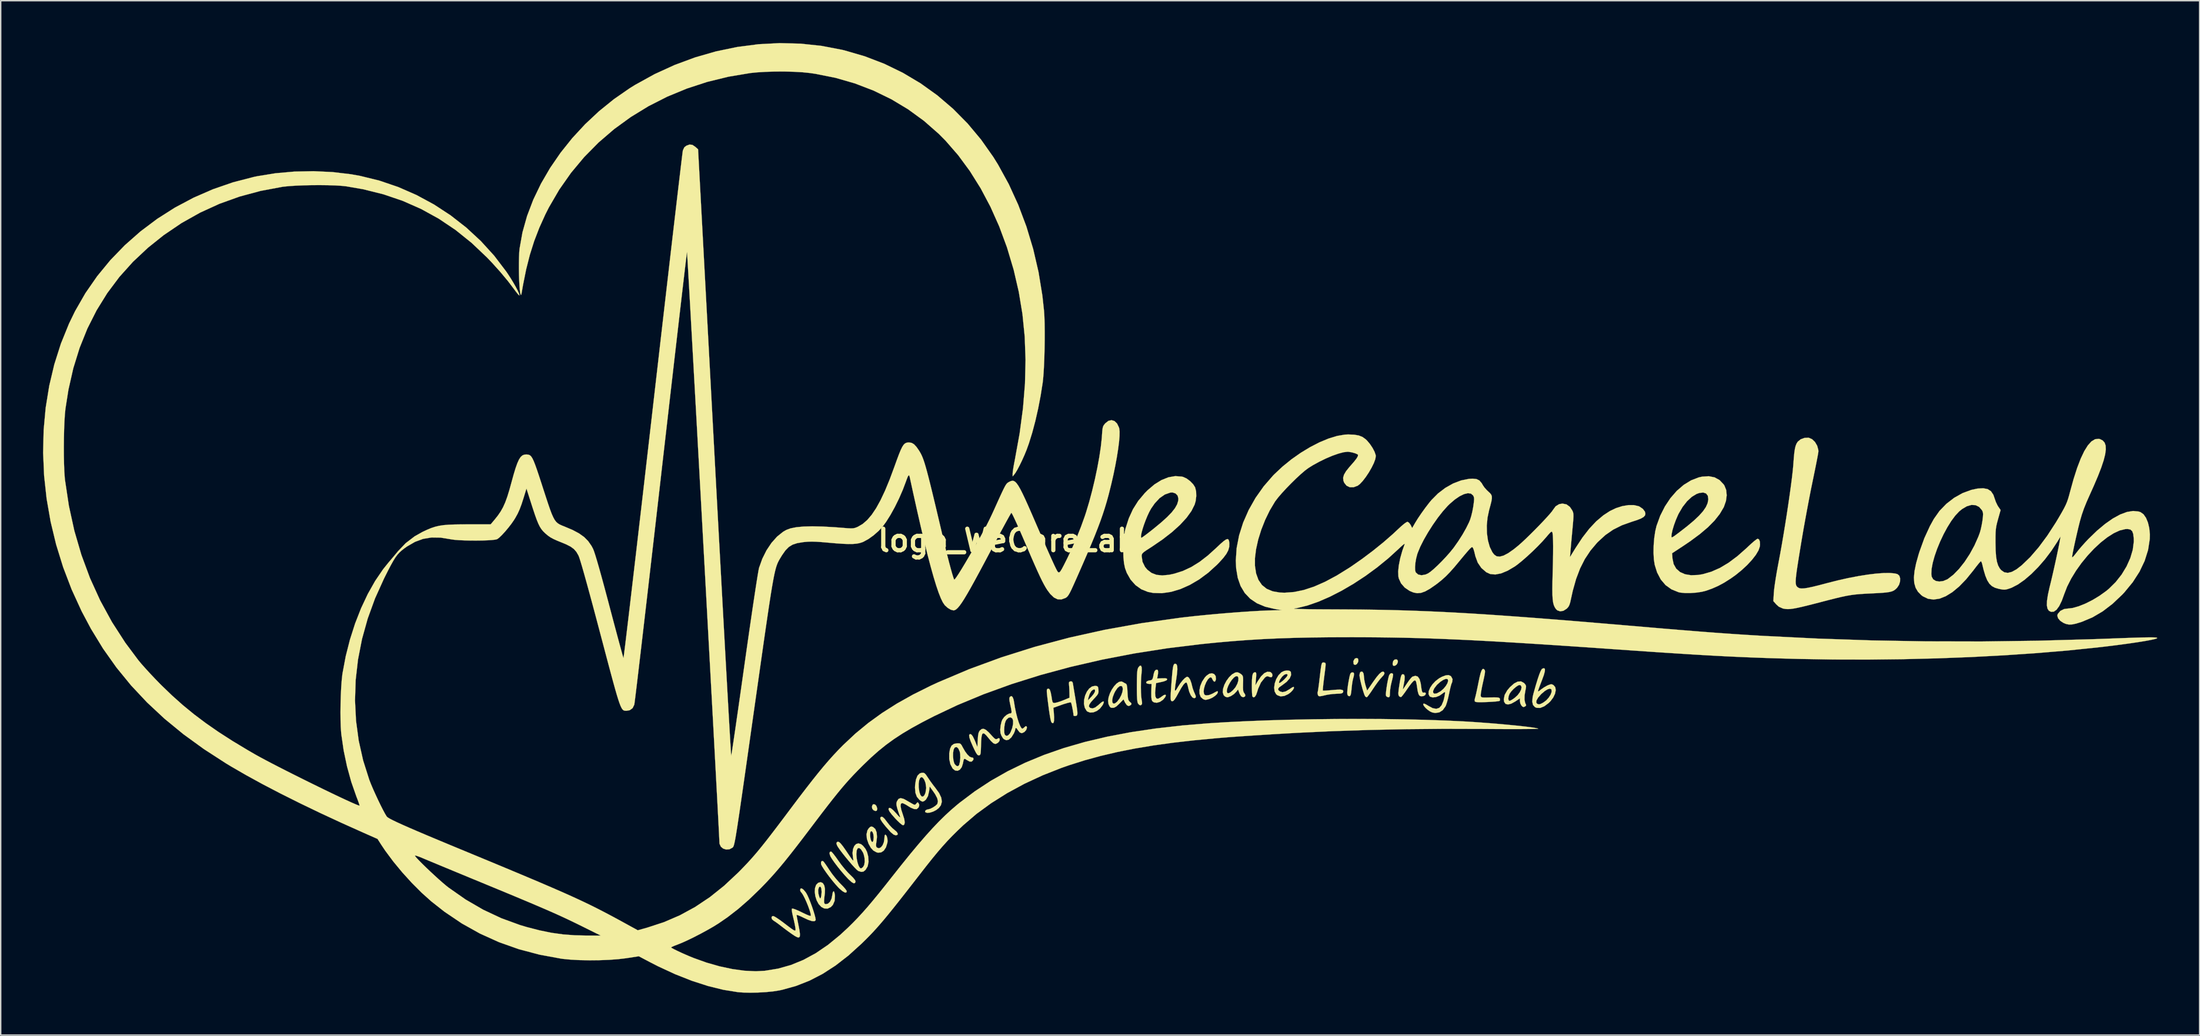
<source format=kicad_pcb>
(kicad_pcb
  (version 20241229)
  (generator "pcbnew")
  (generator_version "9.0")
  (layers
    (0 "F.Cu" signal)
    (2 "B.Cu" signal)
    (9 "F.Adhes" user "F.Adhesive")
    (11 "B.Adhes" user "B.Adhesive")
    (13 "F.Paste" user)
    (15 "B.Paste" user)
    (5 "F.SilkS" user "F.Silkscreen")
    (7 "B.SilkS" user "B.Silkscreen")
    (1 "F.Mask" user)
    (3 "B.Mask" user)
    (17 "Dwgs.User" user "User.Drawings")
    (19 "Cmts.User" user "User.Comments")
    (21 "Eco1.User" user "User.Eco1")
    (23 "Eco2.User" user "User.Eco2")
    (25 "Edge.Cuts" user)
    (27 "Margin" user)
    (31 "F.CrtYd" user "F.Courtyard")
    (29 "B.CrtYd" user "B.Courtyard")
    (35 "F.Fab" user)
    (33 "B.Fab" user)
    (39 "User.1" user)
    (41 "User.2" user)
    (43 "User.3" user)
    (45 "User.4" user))
  (footprint "logo_WeCareLab"
    (layer "F.Cu")
    (at 68.304 35.247)
    (property "Reference" "logo_WeCareLab" (at 0 0 0) (layer "F.SilkS") (effects (font (size 1.524 1.524) (thickness 0.3))))
    (attr through_hole)
    (fp_poly (pts (xy -9.368 18.702) (xy -9.268 18.807) (xy -9.212 18.97) (xy -9.207 19.03) (xy -9.244 19.15) (xy -9.352 19.165) (xy -9.477 19.108) (xy -9.563 19.002) (xy -9.585 18.857) (xy -9.541 18.731) (xy -9.484 18.688) (xy -9.368 18.702)) (stroke (width 0.01) (type solid)) (fill yes) (layer "F.SilkS"))
    (fp_poly (pts (xy 24.862 8.391) (xy 24.877 8.532) (xy 24.855 8.619) (xy 24.772 8.754) (xy 24.665 8.816) (xy 24.569 8.79) (xy 24.537 8.74) (xy 24.521 8.55) (xy 24.609 8.391) (xy 24.652 8.358) (xy 24.78 8.325) (xy 24.862 8.391)) (stroke (width 0.01) (type solid)) (fill yes) (layer "F.SilkS"))
    (fp_poly (pts (xy 27.624 8.446) (xy 27.678 8.542) (xy 27.657 8.676) (xy 27.579 8.803) (xy 27.462 8.876) (xy 27.447 8.879) (xy 27.346 8.873) (xy 27.309 8.794) (xy 27.305 8.706) (xy 27.346 8.537) (xy 27.449 8.435) (xy 27.582 8.426) (xy 27.624 8.446)) (stroke (width 0.01) (type solid)) (fill yes) (layer "F.SilkS"))
    (fp_poly (pts (xy -8.829 19.588) (xy -8.691 19.715) (xy -8.516 19.943) (xy -8.343 20.164) (xy -8.154 20.366) (xy -7.998 20.499) (xy -7.832 20.642) (xy -7.755 20.767) (xy -7.773 20.856) (xy -7.891 20.891) (xy -7.898 20.892) (xy -8.05 20.836) (xy -8.241 20.679) (xy -8.295 20.622) (xy -8.616 20.259) (xy -8.839 19.978) (xy -8.966 19.779) (xy -8.996 19.661) (xy -8.994 19.654) (xy -8.928 19.569) (xy -8.829 19.588)) (stroke (width 0.01) (type solid)) (fill yes) (layer "F.SilkS"))
    (fp_poly (pts (xy 27.334 9.458) (xy 27.336 9.544) (xy 27.307 9.716) (xy 27.253 9.941) (xy 27.243 9.98) (xy 27.177 10.264) (xy 27.131 10.555) (xy 27.114 10.778) (xy 27.108 10.975) (xy 27.082 11.076) (xy 27.025 11.11) (xy 26.992 11.113) (xy 26.875 11.059) (xy 26.829 10.988) (xy 26.825 10.876) (xy 26.842 10.674) (xy 26.876 10.416) (xy 26.921 10.137) (xy 26.973 9.87) (xy 27.025 9.649) (xy 27.058 9.541) (xy 27.142 9.428) (xy 27.252 9.4) (xy 27.334 9.458)) (stroke (width 0.01) (type solid)) (fill yes) (layer "F.SilkS"))
    (fp_poly (pts (xy 24.536 9.359) (xy 24.574 9.448) (xy 24.549 9.626) (xy 24.506 9.779) (xy 24.467 9.952) (xy 24.428 10.2) (xy 24.398 10.475) (xy 24.395 10.509) (xy 24.368 10.772) (xy 24.335 10.932) (xy 24.291 11.013) (xy 24.243 11.037) (xy 24.142 11.001) (xy 24.094 10.895) (xy 24.088 10.767) (xy 24.103 10.548) (xy 24.137 10.272) (xy 24.173 10.049) (xy 24.229 9.747) (xy 24.274 9.547) (xy 24.316 9.429) (xy 24.365 9.37) (xy 24.428 9.347) (xy 24.434 9.346) (xy 24.536 9.359)) (stroke (width 0.01) (type solid)) (fill yes) (layer "F.SilkS"))
    (fp_poly (pts (xy -12.42 22.084) (xy -12.303 22.22) (xy -12.15 22.421) (xy -11.978 22.666) (xy -11.977 22.667) (xy -11.761 22.966) (xy -11.516 23.27) (xy -11.278 23.538) (xy -11.135 23.68) (xy -10.914 23.897) (xy -10.78 24.064) (xy -10.742 24.168) (xy -10.742 24.169) (xy -10.79 24.274) (xy -10.881 24.287) (xy -11.024 24.204) (xy -11.228 24.02) (xy -11.297 23.951) (xy -11.521 23.708) (xy -11.766 23.421) (xy -12.011 23.117) (xy -12.233 22.824) (xy -12.412 22.569) (xy -12.523 22.384) (xy -12.587 22.198) (xy -12.571 22.075) (xy -12.484 22.035) (xy -12.42 22.084)) (stroke (width 0.01) (type solid)) (fill yes) (layer "F.SilkS"))
    (fp_poly (pts (xy -13.042 22.72) (xy -12.981 22.789) (xy -12.869 22.942) (xy -12.725 23.153) (xy -12.606 23.336) (xy -12.395 23.638) (xy -12.144 23.956) (xy -11.895 24.238) (xy -11.803 24.332) (xy -11.614 24.525) (xy -11.466 24.695) (xy -11.38 24.817) (xy -11.367 24.855) (xy -11.404 24.946) (xy -11.51 24.941) (xy -11.673 24.846) (xy -11.884 24.666) (xy -11.964 24.586) (xy -12.161 24.37) (xy -12.38 24.108) (xy -12.602 23.825) (xy -12.812 23.543) (xy -12.99 23.286) (xy -13.12 23.078) (xy -13.186 22.94) (xy -13.187 22.935) (xy -13.191 22.79) (xy -13.136 22.708) (xy -13.042 22.72)) (stroke (width 0.01) (type solid)) (fill yes) (layer "F.SilkS"))
    (fp_poly (pts (xy 9.479 8.873) (xy 9.525 8.984) (xy 9.534 9.192) (xy 9.518 9.378) (xy 9.491 9.676) (xy 9.475 10.027) (xy 9.47 10.395) (xy 9.476 10.745) (xy 9.492 11.042) (xy 9.519 11.251) (xy 9.522 11.263) (xy 9.55 11.443) (xy 9.55 11.578) (xy 9.545 11.596) (xy 9.467 11.677) (xy 9.359 11.655) (xy 9.258 11.541) (xy 9.226 11.433) (xy 9.202 11.236) (xy 9.188 10.94) (xy 9.183 10.534) (xy 9.183 10.275) (xy 9.187 9.859) (xy 9.194 9.55) (xy 9.207 9.328) (xy 9.227 9.173) (xy 9.257 9.065) (xy 9.297 8.984) (xy 9.302 8.978) (xy 9.403 8.867) (xy 9.479 8.873)) (stroke (width 0.01) (type solid)) (fill yes) (layer "F.SilkS"))
    (fp_poly (pts (xy 26.667 9.301) (xy 26.73 9.394) (xy 26.678 9.528) (xy 26.534 9.688) (xy 26.418 9.817) (xy 26.257 10.024) (xy 26.076 10.277) (xy 25.93 10.493) (xy 25.766 10.737) (xy 25.624 10.935) (xy 25.52 11.067) (xy 25.47 11.113) (xy 25.387 11.069) (xy 25.353 11.033) (xy 25.301 10.924) (xy 25.233 10.724) (xy 25.156 10.467) (xy 25.081 10.187) (xy 25.017 9.916) (xy 24.972 9.689) (xy 24.955 9.539) (xy 24.987 9.364) (xy 25.057 9.292) (xy 25.171 9.3) (xy 25.245 9.426) (xy 25.275 9.665) (xy 25.276 9.684) (xy 25.299 9.894) (xy 25.352 10.149) (xy 25.39 10.286) (xy 25.499 10.635) (xy 25.905 10.043) (xy 26.157 9.693) (xy 26.358 9.454) (xy 26.515 9.321) (xy 26.632 9.288) (xy 26.667 9.301)) (stroke (width 0.01) (type solid)) (fill yes) (layer "F.SilkS"))
    (fp_poly (pts (xy 18.632 9.317) (xy 18.67 9.335) (xy 18.767 9.437) (xy 18.795 9.569) (xy 18.745 9.675) (xy 18.734 9.683) (xy 18.635 9.686) (xy 18.537 9.649) (xy 18.426 9.615) (xy 18.321 9.661) (xy 18.246 9.725) (xy 17.976 10.062) (xy 17.777 10.5) (xy 17.719 10.694) (xy 17.636 10.934) (xy 17.542 11.079) (xy 17.448 11.119) (xy 17.37 11.054) (xy 17.354 10.967) (xy 17.341 10.782) (xy 17.333 10.525) (xy 17.331 10.249) (xy 17.337 9.881) (xy 17.358 9.623) (xy 17.397 9.457) (xy 17.46 9.367) (xy 17.55 9.335) (xy 17.572 9.335) (xy 17.62 9.355) (xy 17.641 9.431) (xy 17.64 9.589) (xy 17.624 9.795) (xy 17.582 10.255) (xy 17.749 9.97) (xy 17.981 9.629) (xy 18.208 9.404) (xy 18.427 9.3) (xy 18.632 9.317)) (stroke (width 0.01) (type solid)) (fill yes) (layer "F.SilkS"))
    (fp_poly (pts (xy 14.663 9.465) (xy 14.767 9.606) (xy 14.788 9.821) (xy 14.785 9.844) (xy 14.736 9.982) (xy 14.658 10.002) (xy 14.571 9.905) (xy 14.543 9.846) (xy 14.477 9.72) (xy 14.407 9.694) (xy 14.338 9.722) (xy 14.218 9.84) (xy 14.098 10.041) (xy 13.997 10.285) (xy 13.932 10.529) (xy 13.918 10.714) (xy 13.944 10.875) (xy 14.006 10.949) (xy 14.115 10.974) (xy 14.29 10.953) (xy 14.511 10.869) (xy 14.583 10.831) (xy 14.77 10.728) (xy 14.871 10.682) (xy 14.913 10.686) (xy 14.922 10.735) (xy 14.922 10.758) (xy 14.869 10.871) (xy 14.732 11.004) (xy 14.546 11.13) (xy 14.345 11.223) (xy 14.301 11.237) (xy 14.135 11.281) (xy 14.036 11.293) (xy 13.953 11.27) (xy 13.863 11.228) (xy 13.707 11.087) (xy 13.626 10.871) (xy 13.618 10.603) (xy 13.679 10.305) (xy 13.805 10.001) (xy 13.993 9.715) (xy 14.108 9.587) (xy 14.309 9.446) (xy 14.502 9.408) (xy 14.663 9.465)) (stroke (width 0.01) (type solid)) (fill yes) (layer "F.SilkS"))
    (fp_poly (pts (xy 33.805 9.146) (xy 33.837 9.202) (xy 33.848 9.293) (xy 33.833 9.439) (xy 33.791 9.663) (xy 33.72 9.986) (xy 33.709 10.033) (xy 33.641 10.348) (xy 33.587 10.63) (xy 33.553 10.849) (xy 33.543 10.977) (xy 33.544 10.982) (xy 33.555 11.052) (xy 33.587 11.096) (xy 33.662 11.12) (xy 33.806 11.128) (xy 34.04 11.125) (xy 34.211 11.12) (xy 34.51 11.115) (xy 34.707 11.12) (xy 34.823 11.139) (xy 34.883 11.174) (xy 34.902 11.207) (xy 34.909 11.322) (xy 34.886 11.363) (xy 34.804 11.385) (xy 34.622 11.407) (xy 34.363 11.428) (xy 34.054 11.444) (xy 33.992 11.447) (xy 33.639 11.458) (xy 33.395 11.458) (xy 33.239 11.448) (xy 33.153 11.424) (xy 33.121 11.39) (xy 33.116 11.266) (xy 33.144 11.153) (xy 33.176 11.038) (xy 33.226 10.826) (xy 33.287 10.543) (xy 33.354 10.219) (xy 33.373 10.122) (xy 33.46 9.705) (xy 33.535 9.405) (xy 33.605 9.21) (xy 33.672 9.112) (xy 33.742 9.099) (xy 33.805 9.146)) (stroke (width 0.01) (type solid)) (fill yes) (layer "F.SilkS"))
    (fp_poly (pts (xy 10.667 9.183) (xy 10.69 9.275) (xy 10.683 9.44) (xy 10.672 9.509) (xy 10.622 9.779) (xy 10.978 9.763) (xy 11.189 9.761) (xy 11.299 9.783) (xy 11.334 9.833) (xy 11.335 9.842) (xy 11.278 9.913) (xy 11.104 9.981) (xy 10.942 10.021) (xy 10.549 10.106) (xy 10.508 10.435) (xy 10.479 10.803) (xy 10.499 11.055) (xy 10.569 11.192) (xy 10.689 11.214) (xy 10.86 11.121) (xy 10.907 11.084) (xy 11.09 10.956) (xy 11.205 10.926) (xy 11.243 10.978) (xy 11.193 11.098) (xy 11.049 11.272) (xy 11.03 11.291) (xy 10.823 11.434) (xy 10.603 11.497) (xy 10.403 11.475) (xy 10.279 11.388) (xy 10.232 11.28) (xy 10.209 11.086) (xy 10.206 10.788) (xy 10.208 10.721) (xy 10.224 10.16) (xy 10.028 10.16) (xy 9.885 10.13) (xy 9.841 10.06) (xy 9.89 9.982) (xy 10.026 9.926) (xy 10.078 9.918) (xy 10.196 9.898) (xy 10.271 9.847) (xy 10.321 9.736) (xy 10.364 9.539) (xy 10.38 9.442) (xy 10.44 9.262) (xy 10.531 9.16) (xy 10.633 9.156) (xy 10.667 9.183)) (stroke (width 0.01) (type solid)) (fill yes) (layer "F.SilkS"))
    (fp_poly (pts (xy 22.434 8.648) (xy 22.49 8.655) (xy 22.529 8.671) (xy 22.551 8.713) (xy 22.557 8.799) (xy 22.546 8.948) (xy 22.52 9.176) (xy 22.478 9.503) (xy 22.448 9.733) (xy 22.409 10.051) (xy 22.379 10.322) (xy 22.362 10.521) (xy 22.359 10.625) (xy 22.361 10.635) (xy 22.432 10.64) (xy 22.601 10.633) (xy 22.84 10.615) (xy 23.044 10.596) (xy 23.386 10.568) (xy 23.617 10.566) (xy 23.753 10.594) (xy 23.807 10.654) (xy 23.794 10.75) (xy 23.791 10.759) (xy 23.734 10.817) (xy 23.604 10.849) (xy 23.374 10.859) (xy 23.354 10.859) (xy 23.057 10.877) (xy 22.736 10.92) (xy 22.574 10.952) (xy 22.32 11.012) (xy 22.162 11.038) (xy 22.073 11.029) (xy 22.027 10.985) (xy 22.003 10.923) (xy 21.983 10.798) (xy 21.993 10.747) (xy 22.011 10.669) (xy 22.039 10.489) (xy 22.075 10.232) (xy 22.113 9.921) (xy 22.126 9.81) (xy 22.175 9.396) (xy 22.213 9.093) (xy 22.245 8.882) (xy 22.275 8.748) (xy 22.309 8.675) (xy 22.349 8.646) (xy 22.401 8.644) (xy 22.434 8.648)) (stroke (width 0.01) (type solid)) (fill yes) (layer "F.SilkS"))
    (fp_poly (pts (xy -13.064 24.275) (xy -12.961 24.437) (xy -12.91 24.682) (xy -12.919 24.995) (xy -12.92 25.005) (xy -12.959 25.323) (xy -12.975 25.536) (xy -12.968 25.667) (xy -12.935 25.736) (xy -12.876 25.764) (xy -12.856 25.768) (xy -12.695 25.732) (xy -12.551 25.594) (xy -12.445 25.377) (xy -12.397 25.146) (xy -12.36 24.938) (xy -12.31 24.853) (xy -12.259 24.889) (xy -12.218 25.043) (xy -12.204 25.176) (xy -12.227 25.538) (xy -12.349 25.82) (xy -12.495 25.974) (xy -12.726 26.083) (xy -12.969 26.071) (xy -13.169 25.965) (xy -13.359 25.761) (xy -13.501 25.496) (xy -13.594 25.2) (xy -13.633 24.901) (xy -13.624 24.763) (xy -13.392 24.763) (xy -13.378 25.01) (xy -13.324 25.213) (xy -13.272 25.344) (xy -13.236 25.367) (xy -13.202 25.302) (xy -13.171 25.164) (xy -13.152 24.963) (xy -13.149 24.88) (xy -13.165 24.675) (xy -13.211 24.55) (xy -13.279 24.522) (xy -13.341 24.582) (xy -13.392 24.763) (xy -13.624 24.763) (xy -13.615 24.625) (xy -13.537 24.4) (xy -13.394 24.255) (xy -13.391 24.253) (xy -13.21 24.209) (xy -13.064 24.275)) (stroke (width 0.01) (type solid)) (fill yes) (layer "F.SilkS"))
    (fp_poly (pts (xy 19.978 9.225) (xy 20.083 9.292) (xy 20.091 9.308) (xy 20.112 9.534) (xy 20.012 9.773) (xy 19.794 10.018) (xy 19.464 10.265) (xy 19.46 10.267) (xy 19.269 10.404) (xy 19.19 10.512) (xy 19.217 10.609) (xy 19.31 10.69) (xy 19.497 10.746) (xy 19.735 10.692) (xy 20.012 10.53) (xy 20.045 10.505) (xy 20.186 10.412) (xy 20.284 10.372) (xy 20.303 10.376) (xy 20.311 10.464) (xy 20.234 10.596) (xy 20.094 10.746) (xy 19.921 10.879) (xy 19.629 11.018) (xy 19.362 11.046) (xy 19.134 10.962) (xy 19.049 10.889) (xy 18.941 10.688) (xy 18.911 10.424) (xy 18.951 10.127) (xy 18.981 10.04) (xy 19.25 10.04) (xy 19.267 10.1) (xy 19.36 10.067) (xy 19.523 9.94) (xy 19.619 9.852) (xy 19.798 9.662) (xy 19.868 9.536) (xy 19.83 9.471) (xy 19.76 9.461) (xy 19.623 9.515) (xy 19.47 9.654) (xy 19.332 9.849) (xy 19.312 9.886) (xy 19.25 10.04) (xy 18.981 10.04) (xy 19.054 9.828) (xy 19.211 9.557) (xy 19.417 9.345) (xy 19.438 9.33) (xy 19.614 9.245) (xy 19.808 9.21) (xy 19.978 9.225)) (stroke (width 0.01) (type solid)) (fill yes) (layer "F.SilkS"))
    (fp_poly (pts (xy -9.504 20.303) (xy -9.344 20.444) (xy -9.25 20.681) (xy -9.226 21.002) (xy -9.256 21.286) (xy -9.289 21.511) (xy -9.291 21.647) (xy -9.26 21.726) (xy -9.221 21.764) (xy -9.086 21.806) (xy -8.95 21.743) (xy -8.83 21.596) (xy -8.742 21.386) (xy -8.701 21.133) (xy -8.7 21.093) (xy -8.685 20.906) (xy -8.639 20.841) (xy -8.624 20.843) (xy -8.545 20.928) (xy -8.492 21.095) (xy -8.477 21.298) (xy -8.49 21.424) (xy -8.59 21.746) (xy -8.743 21.976) (xy -8.939 22.104) (xy -9.166 22.12) (xy -9.27 22.09) (xy -9.485 21.969) (xy -9.659 21.781) (xy -9.819 21.495) (xy -9.819 21.495) (xy -9.94 21.144) (xy -9.962 20.893) (xy -9.713 20.893) (xy -9.692 21.09) (xy -9.652 21.24) (xy -9.585 21.358) (xy -9.525 21.358) (xy -9.481 21.251) (xy -9.462 21.048) (xy -9.461 21.023) (xy -9.482 20.818) (xy -9.535 20.667) (xy -9.607 20.595) (xy -9.674 20.617) (xy -9.708 20.719) (xy -9.713 20.893) (xy -9.962 20.893) (xy -9.968 20.818) (xy -9.904 20.542) (xy -9.818 20.405) (xy -9.706 20.292) (xy -9.613 20.266) (xy -9.504 20.303)) (stroke (width 0.01) (type solid)) (fill yes) (layer "F.SilkS"))
    (fp_poly (pts (xy -3.31 14.406) (xy -3.23 14.505) (xy -3.146 14.663) (xy -2.984 14.945) (xy -2.817 15.17) (xy -2.662 15.318) (xy -2.545 15.367) (xy -2.411 15.397) (xy -2.387 15.491) (xy -2.417 15.566) (xy -2.521 15.668) (xy -2.67 15.661) (xy -2.864 15.553) (xy -2.977 15.48) (xy -3.045 15.474) (xy -3.088 15.554) (xy -3.126 15.737) (xy -3.136 15.795) (xy -3.22 16.06) (xy -3.354 16.238) (xy -3.519 16.32) (xy -3.695 16.296) (xy -3.865 16.158) (xy -3.869 16.152) (xy -4.026 15.859) (xy -4.107 15.486) (xy -4.107 15.299) (xy -3.838 15.299) (xy -3.813 15.553) (xy -3.76 15.764) (xy -3.722 15.842) (xy -3.601 15.969) (xy -3.488 15.994) (xy -3.408 15.912) (xy -3.406 15.908) (xy -3.35 15.677) (xy -3.323 15.398) (xy -3.33 15.13) (xy -3.362 14.966) (xy -3.462 14.74) (xy -3.574 14.637) (xy -3.694 14.658) (xy -3.734 14.692) (xy -3.799 14.827) (xy -3.833 15.043) (xy -3.838 15.299) (xy -4.107 15.299) (xy -4.108 15.087) (xy -4.051 14.759) (xy -3.945 14.539) (xy -3.778 14.413) (xy -3.564 14.371) (xy -3.408 14.37) (xy -3.31 14.406)) (stroke (width 0.01) (type solid)) (fill yes) (layer "F.SilkS"))
    (fp_poly (pts (xy -1.505 13.42) (xy -1.304 13.599) (xy -1.181 13.732) (xy -1.004 13.925) (xy -0.887 14.036) (xy -0.805 14.079) (xy -0.736 14.069) (xy -0.698 14.048) (xy -0.594 14) (xy -0.541 14.041) (xy -0.531 14.066) (xy -0.542 14.191) (xy -0.636 14.316) (xy -0.775 14.4) (xy -0.858 14.415) (xy -0.984 14.363) (xy -1.154 14.204) (xy -1.297 14.034) (xy -1.476 13.817) (xy -1.611 13.689) (xy -1.709 13.658) (xy -1.776 13.728) (xy -1.819 13.906) (xy -1.844 14.199) (xy -1.857 14.573) (xy -1.867 14.863) (xy -1.88 15.05) (xy -1.904 15.157) (xy -1.943 15.208) (xy -2.002 15.227) (xy -2.002 15.227) (xy -2.067 15.217) (xy -2.135 15.157) (xy -2.218 15.029) (xy -2.327 14.815) (xy -2.438 14.578) (xy -2.592 14.221) (xy -2.679 13.965) (xy -2.699 13.801) (xy -2.655 13.724) (xy -2.613 13.716) (xy -2.527 13.758) (xy -2.431 13.892) (xy -2.315 14.13) (xy -2.26 14.26) (xy -2.11 14.63) (xy -2.087 14.116) (xy -2.066 13.825) (xy -2.029 13.631) (xy -1.971 13.505) (xy -1.943 13.468) (xy -1.808 13.36) (xy -1.668 13.342) (xy -1.505 13.42)) (stroke (width 0.01) (type solid)) (fill yes) (layer "F.SilkS"))
    (fp_poly (pts (xy 6.251 10.3) (xy 6.374 10.323) (xy 6.435 10.387) (xy 6.46 10.529) (xy 6.465 10.589) (xy 6.468 10.732) (xy 6.442 10.847) (xy 6.369 10.966) (xy 6.231 11.125) (xy 6.131 11.23) (xy 5.924 11.464) (xy 5.812 11.634) (xy 5.789 11.756) (xy 5.851 11.843) (xy 5.883 11.863) (xy 6.042 11.899) (xy 6.227 11.835) (xy 6.452 11.666) (xy 6.523 11.6) (xy 6.7 11.45) (xy 6.811 11.397) (xy 6.849 11.438) (xy 6.807 11.572) (xy 6.754 11.673) (xy 6.573 11.907) (xy 6.348 12.079) (xy 6.106 12.177) (xy 5.874 12.194) (xy 5.679 12.119) (xy 5.624 12.07) (xy 5.492 11.845) (xy 5.436 11.573) (xy 5.446 11.335) (xy 5.712 11.335) (xy 5.967 11.067) (xy 6.107 10.9) (xy 6.2 10.748) (xy 6.223 10.67) (xy 6.213 10.565) (xy 6.156 10.55) (xy 6.067 10.58) (xy 5.949 10.683) (xy 5.839 10.878) (xy 5.757 11.132) (xy 5.754 11.144) (xy 5.712 11.335) (xy 5.446 11.335) (xy 5.449 11.276) (xy 5.521 10.98) (xy 5.644 10.71) (xy 5.809 10.49) (xy 6.008 10.344) (xy 6.23 10.298) (xy 6.251 10.3)) (stroke (width 0.01) (type solid)) (fill yes) (layer "F.SilkS"))
    (fp_poly (pts (xy 36.604 10.093) (xy 36.639 10.128) (xy 36.725 10.231) (xy 36.757 10.329) (xy 36.744 10.469) (xy 36.714 10.609) (xy 36.653 10.971) (xy 36.647 11.279) (xy 36.693 11.509) (xy 36.719 11.56) (xy 36.765 11.668) (xy 36.72 11.737) (xy 36.703 11.748) (xy 36.592 11.803) (xy 36.508 11.775) (xy 36.427 11.695) (xy 36.35 11.548) (xy 36.322 11.382) (xy 36.322 11.185) (xy 35.998 11.403) (xy 35.71 11.562) (xy 35.477 11.62) (xy 35.306 11.578) (xy 35.205 11.438) (xy 35.179 11.255) (xy 35.186 11.219) (xy 35.499 11.219) (xy 35.528 11.335) (xy 35.583 11.367) (xy 35.678 11.33) (xy 35.832 11.236) (xy 35.954 11.148) (xy 36.158 10.961) (xy 36.312 10.757) (xy 36.408 10.56) (xy 36.437 10.392) (xy 36.389 10.275) (xy 36.31 10.236) (xy 36.201 10.267) (xy 36.044 10.371) (xy 35.87 10.521) (xy 35.71 10.691) (xy 35.595 10.852) (xy 35.588 10.866) (xy 35.519 11.05) (xy 35.499 11.219) (xy 35.186 11.219) (xy 35.239 10.945) (xy 35.422 10.621) (xy 35.615 10.393) (xy 35.905 10.134) (xy 36.167 9.997) (xy 36.401 9.984) (xy 36.604 10.093)) (stroke (width 0.01) (type solid)) (fill yes) (layer "F.SilkS"))
    (fp_poly (pts (xy -7.357 18.3) (xy -7.222 18.369) (xy -7.008 18.492) (xy -6.798 18.612) (xy -6.744 18.643) (xy -6.605 18.718) (xy -6.528 18.728) (xy -6.466 18.672) (xy -6.44 18.638) (xy -6.362 18.554) (xy -6.308 18.574) (xy -6.285 18.606) (xy -6.23 18.73) (xy -6.252 18.852) (xy -6.289 18.927) (xy -6.408 19.031) (xy -6.594 19.03) (xy -6.846 18.925) (xy -7.003 18.828) (xy -7.194 18.71) (xy -7.359 18.629) (xy -7.445 18.605) (xy -7.532 18.658) (xy -7.554 18.813) (xy -7.509 19.064) (xy -7.398 19.404) (xy -7.395 19.413) (xy -7.291 19.743) (xy -7.258 19.985) (xy -7.296 20.133) (xy -7.37 20.179) (xy -7.455 20.142) (xy -7.603 20.023) (xy -7.796 19.838) (xy -7.942 19.685) (xy -8.189 19.404) (xy -8.343 19.196) (xy -8.408 19.053) (xy -8.39 18.968) (xy -8.345 18.943) (xy -8.243 18.973) (xy -8.077 19.111) (xy -7.849 19.353) (xy -7.755 19.463) (xy -7.646 19.58) (xy -7.587 19.62) (xy -7.585 19.59) (xy -7.708 19.236) (xy -7.79 18.979) (xy -7.836 18.795) (xy -7.851 18.663) (xy -7.839 18.561) (xy -7.812 18.482) (xy -7.704 18.313) (xy -7.557 18.254) (xy -7.357 18.3)) (stroke (width 0.01) (type solid)) (fill yes) (layer "F.SilkS"))
    (fp_poly (pts (xy 8.187 10.026) (xy 8.327 10.109) (xy 8.39 10.136) (xy 8.443 10.179) (xy 8.479 10.281) (xy 8.504 10.464) (xy 8.521 10.746) (xy 8.538 11.026) (xy 8.562 11.21) (xy 8.599 11.327) (xy 8.658 11.406) (xy 8.698 11.442) (xy 8.796 11.534) (xy 8.8 11.601) (xy 8.747 11.664) (xy 8.614 11.732) (xy 8.482 11.677) (xy 8.356 11.499) (xy 8.342 11.472) (xy 8.239 11.256) (xy 7.941 11.565) (xy 7.732 11.758) (xy 7.561 11.852) (xy 7.403 11.859) (xy 7.322 11.834) (xy 7.253 11.757) (xy 7.183 11.61) (xy 7.174 11.585) (xy 7.146 11.361) (xy 7.152 11.315) (xy 7.437 11.315) (xy 7.451 11.474) (xy 7.516 11.557) (xy 7.626 11.548) (xy 7.775 11.433) (xy 7.793 11.414) (xy 7.958 11.196) (xy 8.084 10.955) (xy 8.164 10.718) (xy 8.191 10.512) (xy 8.157 10.363) (xy 8.094 10.309) (xy 7.963 10.323) (xy 7.814 10.448) (xy 7.66 10.672) (xy 7.58 10.827) (xy 7.478 11.094) (xy 7.437 11.315) (xy 7.152 11.315) (xy 7.184 11.103) (xy 7.276 10.831) (xy 7.409 10.567) (xy 7.569 10.331) (xy 7.744 10.141) (xy 7.92 10.02) (xy 8.084 9.986) (xy 8.187 10.026)) (stroke (width 0.01) (type solid)) (fill yes) (layer "F.SilkS"))
    (fp_poly (pts (xy 11.995 8.772) (xy 12.044 8.901) (xy 12.054 9.126) (xy 12.027 9.457) (xy 11.974 9.837) (xy 11.917 10.208) (xy 11.885 10.462) (xy 11.88 10.607) (xy 11.903 10.651) (xy 11.957 10.602) (xy 12.043 10.468) (xy 12.099 10.371) (xy 12.25 10.135) (xy 12.419 9.921) (xy 12.581 9.755) (xy 12.714 9.663) (xy 12.759 9.652) (xy 12.862 9.711) (xy 12.964 9.872) (xy 13.049 10.111) (xy 13.077 10.229) (xy 13.142 10.479) (xy 13.229 10.719) (xy 13.276 10.819) (xy 13.358 11.02) (xy 13.346 11.138) (xy 13.241 11.176) (xy 13.116 11.117) (xy 12.996 10.954) (xy 12.892 10.712) (xy 12.833 10.482) (xy 12.785 10.275) (xy 12.735 10.123) (xy 12.701 10.065) (xy 12.615 10.079) (xy 12.494 10.204) (xy 12.333 10.444) (xy 12.142 10.785) (xy 11.981 11.075) (xy 11.861 11.264) (xy 11.768 11.365) (xy 11.69 11.393) (xy 11.629 11.372) (xy 11.599 11.33) (xy 11.582 11.239) (xy 11.578 11.08) (xy 11.586 10.837) (xy 11.608 10.493) (xy 11.62 10.312) (xy 11.657 9.821) (xy 11.689 9.443) (xy 11.719 9.163) (xy 11.748 8.967) (xy 11.781 8.84) (xy 11.819 8.768) (xy 11.865 8.737) (xy 11.907 8.731) (xy 11.995 8.772)) (stroke (width 0.01) (type solid)) (fill yes) (layer "F.SilkS"))
    (fp_poly (pts (xy 16.411 9.372) (xy 16.557 9.462) (xy 16.56 9.465) (xy 16.64 9.534) (xy 16.687 9.61) (xy 16.71 9.724) (xy 16.714 9.905) (xy 16.708 10.154) (xy 16.704 10.44) (xy 16.715 10.627) (xy 16.746 10.745) (xy 16.797 10.819) (xy 16.87 10.948) (xy 16.843 11.056) (xy 16.731 11.104) (xy 16.686 11.101) (xy 16.566 11.036) (xy 16.467 10.866) (xy 16.448 10.818) (xy 16.351 10.556) (xy 16.233 10.712) (xy 16.062 10.884) (xy 15.85 11.024) (xy 15.645 11.104) (xy 15.575 11.112) (xy 15.434 11.06) (xy 15.331 10.956) (xy 15.269 10.754) (xy 15.275 10.69) (xy 15.554 10.69) (xy 15.596 10.812) (xy 15.597 10.814) (xy 15.688 10.823) (xy 15.827 10.75) (xy 15.987 10.614) (xy 16.142 10.435) (xy 16.185 10.374) (xy 16.306 10.145) (xy 16.374 9.922) (xy 16.381 9.737) (xy 16.324 9.623) (xy 16.317 9.619) (xy 16.203 9.615) (xy 16.065 9.706) (xy 15.918 9.867) (xy 15.778 10.071) (xy 15.66 10.293) (xy 15.581 10.508) (xy 15.554 10.69) (xy 15.275 10.69) (xy 15.292 10.501) (xy 15.385 10.221) (xy 15.532 9.941) (xy 15.718 9.688) (xy 15.927 9.486) (xy 16.145 9.361) (xy 16.29 9.335) (xy 16.411 9.372)) (stroke (width 0.01) (type solid)) (fill yes) (layer "F.SilkS"))
    (fp_poly (pts (xy 28.118 9.503) (xy 28.161 9.641) (xy 28.148 9.889) (xy 28.108 10.118) (xy 28.066 10.329) (xy 28.04 10.481) (xy 28.035 10.541) (xy 28.036 10.541) (xy 28.075 10.492) (xy 28.166 10.362) (xy 28.29 10.176) (xy 28.323 10.126) (xy 28.467 9.918) (xy 28.6 9.751) (xy 28.696 9.656) (xy 28.707 9.649) (xy 28.916 9.587) (xy 29.085 9.643) (xy 29.21 9.818) (xy 29.291 10.108) (xy 29.304 10.192) (xy 29.342 10.476) (xy 29.376 10.655) (xy 29.413 10.751) (xy 29.463 10.784) (xy 29.53 10.776) (xy 29.63 10.781) (xy 29.654 10.863) (xy 29.6 10.965) (xy 29.471 11.029) (xy 29.315 11.039) (xy 29.216 11.005) (xy 29.144 10.9) (xy 29.085 10.696) (xy 29.062 10.567) (xy 29.019 10.269) (xy 28.984 10.077) (xy 28.951 9.968) (xy 28.913 9.921) (xy 28.862 9.915) (xy 28.843 9.918) (xy 28.764 9.977) (xy 28.637 10.119) (xy 28.48 10.323) (xy 28.353 10.505) (xy 28.191 10.74) (xy 28.049 10.931) (xy 27.945 11.057) (xy 27.902 11.095) (xy 27.808 11.071) (xy 27.754 11.023) (xy 27.717 10.943) (xy 27.709 10.81) (xy 27.728 10.595) (xy 27.751 10.434) (xy 27.808 10.068) (xy 27.853 9.81) (xy 27.893 9.64) (xy 27.931 9.54) (xy 27.975 9.49) (xy 28.016 9.474) (xy 28.118 9.503)) (stroke (width 0.01) (type solid)) (fill yes) (layer "F.SilkS"))
    (fp_poly (pts (xy 38.091 9.105) (xy 38.088 9.263) (xy 38.02 9.524) (xy 37.887 9.89) (xy 37.884 9.898) (xy 37.783 10.159) (xy 37.696 10.39) (xy 37.637 10.555) (xy 37.623 10.597) (xy 37.602 10.682) (xy 37.623 10.699) (xy 37.707 10.644) (xy 37.823 10.552) (xy 38.029 10.408) (xy 38.249 10.284) (xy 38.312 10.255) (xy 38.477 10.194) (xy 38.585 10.19) (xy 38.691 10.242) (xy 38.709 10.253) (xy 38.828 10.4) (xy 38.859 10.609) (xy 38.808 10.859) (xy 38.682 11.125) (xy 38.486 11.387) (xy 38.361 11.512) (xy 38.047 11.748) (xy 37.762 11.863) (xy 37.508 11.858) (xy 37.39 11.809) (xy 37.251 11.659) (xy 37.21 11.486) (xy 37.479 11.486) (xy 37.536 11.563) (xy 37.63 11.608) (xy 37.725 11.605) (xy 37.863 11.546) (xy 37.979 11.482) (xy 38.184 11.331) (xy 38.363 11.134) (xy 38.497 10.921) (xy 38.568 10.722) (xy 38.559 10.566) (xy 38.549 10.547) (xy 38.451 10.498) (xy 38.291 10.54) (xy 38.085 10.665) (xy 37.849 10.866) (xy 37.81 10.905) (xy 37.608 11.137) (xy 37.496 11.335) (xy 37.479 11.486) (xy 37.21 11.486) (xy 37.195 11.42) (xy 37.223 11.091) (xy 37.278 10.857) (xy 37.441 10.278) (xy 37.581 9.819) (xy 37.698 9.474) (xy 37.795 9.239) (xy 37.873 9.109) (xy 37.904 9.084) (xy 38.03 9.046) (xy 38.091 9.105)) (stroke (width 0.01) (type solid)) (fill yes) (layer "F.SilkS"))
    (fp_poly (pts (xy -11.91 21.369) (xy -11.795 21.474) (xy -11.641 21.665) (xy -11.438 21.953) (xy -11.378 22.041) (xy -11.178 22.337) (xy -11.04 22.536) (xy -10.953 22.647) (xy -10.91 22.678) (xy -10.9 22.638) (xy -10.914 22.535) (xy -10.927 22.468) (xy -10.951 22.213) (xy -10.686 22.213) (xy -10.686 22.257) (xy -10.661 22.539) (xy -10.607 22.806) (xy -10.533 23.032) (xy -10.448 23.186) (xy -10.364 23.241) (xy -10.295 23.203) (xy -10.213 23.136) (xy -10.129 22.986) (xy -10.095 22.759) (xy -10.108 22.494) (xy -10.169 22.23) (xy -10.226 22.092) (xy -10.365 21.877) (xy -10.491 21.785) (xy -10.593 21.813) (xy -10.661 21.957) (xy -10.686 22.213) (xy -10.951 22.213) (xy -10.958 22.139) (xy -10.923 21.861) (xy -10.834 21.646) (xy -10.703 21.508) (xy -10.54 21.461) (xy -10.357 21.517) (xy -10.211 21.638) (xy -10.039 21.852) (xy -9.928 22.078) (xy -9.851 22.371) (xy -9.845 22.402) (xy -9.821 22.765) (xy -9.885 23.086) (xy -10.033 23.336) (xy -10.039 23.342) (xy -10.183 23.459) (xy -10.334 23.484) (xy -10.537 23.421) (xy -10.556 23.413) (xy -10.65 23.339) (xy -10.803 23.185) (xy -10.998 22.971) (xy -11.216 22.718) (xy -11.441 22.447) (xy -11.655 22.178) (xy -11.842 21.932) (xy -11.982 21.731) (xy -12.043 21.63) (xy -12.101 21.479) (xy -12.075 21.384) (xy -12.069 21.378) (xy -11.998 21.341) (xy -11.91 21.369)) (stroke (width 0.01) (type solid)) (fill yes) (layer "F.SilkS"))
    (fp_poly (pts (xy -5.847 16.499) (xy -5.752 16.603) (xy -5.624 16.793) (xy -5.615 16.807) (xy -5.441 17.064) (xy -5.235 17.344) (xy -5.093 17.526) (xy -4.825 17.898) (xy -4.671 18.224) (xy -4.63 18.51) (xy -4.7 18.763) (xy -4.845 18.955) (xy -5.031 19.1) (xy -5.252 19.212) (xy -5.474 19.281) (xy -5.666 19.3) (xy -5.794 19.257) (xy -5.815 19.233) (xy -5.808 19.149) (xy -5.716 19.077) (xy -5.601 19.051) (xy -5.455 19.012) (xy -5.266 18.919) (xy -5.086 18.8) (xy -4.965 18.687) (xy -4.951 18.665) (xy -4.908 18.484) (xy -4.958 18.261) (xy -5.104 17.982) (xy -5.227 17.801) (xy -5.492 17.431) (xy -5.533 17.765) (xy -5.615 18.113) (xy -5.759 18.362) (xy -5.901 18.476) (xy -6.007 18.502) (xy -6.125 18.45) (xy -6.214 18.381) (xy -6.398 18.165) (xy -6.502 17.884) (xy -6.533 17.519) (xy -6.525 17.332) (xy -6.511 17.234) (xy -6.273 17.234) (xy -6.269 17.499) (xy -6.225 17.806) (xy -6.154 18.021) (xy -6.064 18.138) (xy -5.965 18.149) (xy -5.865 18.046) (xy -5.79 17.874) (xy -5.738 17.532) (xy -5.789 17.173) (xy -5.877 16.948) (xy -5.985 16.8) (xy -6.088 16.766) (xy -6.176 16.836) (xy -6.24 16.996) (xy -6.273 17.234) (xy -6.511 17.234) (xy -6.467 16.941) (xy -6.357 16.664) (xy -6.195 16.503) (xy -6.05 16.459) (xy -5.937 16.458) (xy -5.847 16.499)) (stroke (width 0.01) (type solid)) (fill yes) (layer "F.SilkS"))
    (fp_poly (pts (xy 4.589 9.991) (xy 4.642 10.077) (xy 4.66 10.172) (xy 4.683 10.314) (xy 4.722 10.55) (xy 4.771 10.847) (xy 4.826 11.175) (xy 4.831 11.208) (xy 4.9 11.624) (xy 4.946 11.932) (xy 4.97 12.149) (xy 4.972 12.29) (xy 4.951 12.374) (xy 4.909 12.416) (xy 4.844 12.434) (xy 4.842 12.435) (xy 4.731 12.431) (xy 4.699 12.403) (xy 4.686 12.267) (xy 4.655 12.07) (xy 4.614 11.852) (xy 4.571 11.654) (xy 4.533 11.515) (xy 4.515 11.475) (xy 4.438 11.474) (xy 4.271 11.512) (xy 4.04 11.581) (xy 3.868 11.639) (xy 3.27 11.853) (xy 3.297 12.134) (xy 3.323 12.517) (xy 3.317 12.781) (xy 3.278 12.925) (xy 3.208 12.948) (xy 3.128 12.877) (xy 3.096 12.786) (xy 3.053 12.595) (xy 3.007 12.331) (xy 2.96 12.021) (xy 2.953 11.97) (xy 2.894 11.514) (xy 2.85 11.167) (xy 2.821 10.915) (xy 2.806 10.741) (xy 2.804 10.629) (xy 2.814 10.562) (xy 2.835 10.527) (xy 2.856 10.51) (xy 2.947 10.496) (xy 3.022 10.581) (xy 3.085 10.777) (xy 3.139 11.062) (xy 3.176 11.299) (xy 3.21 11.436) (xy 3.255 11.498) (xy 3.325 11.511) (xy 3.398 11.505) (xy 3.554 11.469) (xy 3.776 11.398) (xy 4 11.312) (xy 4.413 11.14) (xy 4.409 10.793) (xy 4.401 10.547) (xy 4.387 10.314) (xy 4.377 10.224) (xy 4.37 10.071) (xy 4.413 10.002) (xy 4.489 9.981) (xy 4.589 9.991)) (stroke (width 0.01) (type solid)) (fill yes) (layer "F.SilkS"))
    (fp_poly (pts (xy 0.376 11.082) (xy 0.446 11.25) (xy 0.479 11.419) (xy 0.547 11.835) (xy 0.631 12.234) (xy 0.725 12.599) (xy 0.824 12.91) (xy 0.921 13.149) (xy 1.01 13.296) (xy 1.073 13.335) (xy 1.155 13.292) (xy 1.206 13.24) (xy 1.313 13.153) (xy 1.38 13.18) (xy 1.397 13.271) (xy 1.343 13.43) (xy 1.213 13.572) (xy 1.052 13.649) (xy 1.013 13.652) (xy 0.884 13.596) (xy 0.775 13.462) (xy 0.674 13.317) (xy 0.603 13.277) (xy 0.572 13.349) (xy 0.572 13.37) (xy 0.544 13.491) (xy 0.477 13.655) (xy 0.469 13.672) (xy 0.295 13.947) (xy 0.115 14.109) (xy -0.064 14.154) (xy -0.234 14.077) (xy -0.309 13.999) (xy -0.416 13.816) (xy -0.478 13.644) (xy -0.493 13.433) (xy -0.216 13.433) (xy -0.205 13.642) (xy -0.169 13.764) (xy -0.065 13.846) (xy 0.059 13.814) (xy 0.186 13.678) (xy 0.244 13.573) (xy 0.355 13.283) (xy 0.414 13.002) (xy 0.417 12.766) (xy 0.364 12.613) (xy 0.241 12.53) (xy 0.097 12.557) (xy -0.044 12.684) (xy -0.106 12.784) (xy -0.164 12.957) (xy -0.201 13.189) (xy -0.216 13.433) (xy -0.493 13.433) (xy -0.495 13.399) (xy -0.466 13.106) (xy -0.4 12.827) (xy -0.344 12.691) (xy -0.214 12.509) (xy -0.041 12.357) (xy 0.131 12.267) (xy 0.199 12.255) (xy 0.268 12.245) (xy 0.304 12.201) (xy 0.307 12.1) (xy 0.278 11.92) (xy 0.218 11.64) (xy 0.215 11.627) (xy 0.164 11.376) (xy 0.149 11.216) (xy 0.167 11.118) (xy 0.192 11.079) (xy 0.289 11.022) (xy 0.376 11.082)) (stroke (width 0.01) (type solid)) (fill yes) (layer "F.SilkS"))
    (fp_poly (pts (xy 31.405 9.594) (xy 31.454 9.641) (xy 31.551 9.826) (xy 31.524 10.035) (xy 31.492 10.104) (xy 31.451 10.219) (xy 31.397 10.425) (xy 31.337 10.688) (xy 31.301 10.865) (xy 31.235 11.166) (xy 31.159 11.449) (xy 31.085 11.671) (xy 31.051 11.749) (xy 30.855 12.021) (xy 30.608 12.18) (xy 30.32 12.223) (xy 30.118 12.187) (xy 29.959 12.115) (xy 29.796 12.004) (xy 29.647 11.872) (xy 29.533 11.742) (xy 29.472 11.634) (xy 29.484 11.568) (xy 29.529 11.557) (xy 29.617 11.59) (xy 29.765 11.672) (xy 29.837 11.718) (xy 30.143 11.881) (xy 30.399 11.928) (xy 30.609 11.859) (xy 30.776 11.671) (xy 30.904 11.363) (xy 30.946 11.204) (xy 30.991 10.985) (xy 31.017 10.819) (xy 31.017 10.74) (xy 31.016 10.739) (xy 30.955 10.756) (xy 30.848 10.837) (xy 30.845 10.84) (xy 30.617 10.999) (xy 30.372 11.095) (xy 30.142 11.12) (xy 29.961 11.068) (xy 29.921 11.036) (xy 29.846 10.879) (xy 29.863 10.672) (xy 29.864 10.671) (xy 30.169 10.671) (xy 30.179 10.801) (xy 30.271 10.859) (xy 30.438 10.832) (xy 30.671 10.705) (xy 30.711 10.677) (xy 30.91 10.504) (xy 31.073 10.307) (xy 31.186 10.113) (xy 31.236 9.946) (xy 31.207 9.833) (xy 31.186 9.816) (xy 31.063 9.808) (xy 30.884 9.881) (xy 30.676 10.02) (xy 30.467 10.208) (xy 30.432 10.244) (xy 30.251 10.481) (xy 30.169 10.671) (xy 29.864 10.671) (xy 29.961 10.436) (xy 30.124 10.192) (xy 30.342 9.962) (xy 30.6 9.764) (xy 30.797 9.657) (xy 31.066 9.556) (xy 31.26 9.535) (xy 31.405 9.594)) (stroke (width 0.01) (type solid)) (fill yes) (layer "F.SilkS"))
    (fp_poly (pts (xy -14.428 24.746) (xy -14.28 24.921) (xy -14.24 24.979) (xy -14.151 25.142) (xy -14.045 25.379) (xy -13.931 25.664) (xy -13.819 25.971) (xy -13.718 26.274) (xy -13.636 26.546) (xy -13.583 26.761) (xy -13.569 26.891) (xy -13.572 26.908) (xy -13.658 26.978) (xy -13.833 26.968) (xy -14.101 26.879) (xy -14.416 26.733) (xy -14.639 26.627) (xy -14.812 26.555) (xy -14.91 26.529) (xy -14.922 26.535) (xy -14.91 26.619) (xy -14.878 26.796) (xy -14.83 27.039) (xy -14.796 27.21) (xy -14.72 27.603) (xy -14.683 27.882) (xy -14.692 28.054) (xy -14.752 28.129) (xy -14.869 28.115) (xy -15.05 28.02) (xy -15.277 27.868) (xy -15.532 27.685) (xy -15.817 27.473) (xy -16.034 27.306) (xy -16.239 27.149) (xy -16.424 27.017) (xy -16.55 26.935) (xy -16.558 26.931) (xy -16.664 26.835) (xy -16.7 26.721) (xy -16.662 26.632) (xy -16.583 26.607) (xy -16.49 26.644) (xy -16.321 26.745) (xy -16.1 26.895) (xy -15.85 27.079) (xy -15.838 27.089) (xy -15.521 27.331) (xy -15.292 27.501) (xy -15.139 27.604) (xy -15.046 27.645) (xy -15.003 27.628) (xy -14.994 27.559) (xy -15.008 27.441) (xy -15.015 27.395) (xy -15.055 27.176) (xy -15.115 26.896) (xy -15.183 26.614) (xy -15.183 26.614) (xy -15.237 26.368) (xy -15.261 26.182) (xy -15.251 26.085) (xy -15.249 26.082) (xy -15.171 26.085) (xy -15.003 26.142) (xy -14.766 26.244) (xy -14.55 26.348) (xy -14.245 26.494) (xy -14.034 26.58) (xy -13.923 26.602) (xy -13.906 26.587) (xy -13.932 26.426) (xy -14.001 26.193) (xy -14.1 25.917) (xy -14.217 25.627) (xy -14.341 25.353) (xy -14.459 25.125) (xy -14.558 24.97) (xy -14.603 24.925) (xy -14.657 24.835) (xy -14.668 24.757) (xy -14.637 24.656) (xy -14.552 24.655) (xy -14.428 24.746)) (stroke (width 0.01) (type solid)) (fill yes) (layer "F.SilkS"))
    (fp_poly (pts (xy 50.114 -4.472) (xy 50.465 -4.28) (xy 50.751 -3.979) (xy 50.81 -3.891) (xy 50.935 -3.577) (xy 50.971 -3.203) (xy 50.918 -2.799) (xy 50.777 -2.393) (xy 50.756 -2.348) (xy 50.481 -1.882) (xy 50.112 -1.415) (xy 49.644 -0.941) (xy 49.069 -0.453) (xy 48.382 0.055) (xy 47.92 0.368) (xy 47.103 0.904) (xy 47.13 1.278) (xy 47.212 1.673) (xy 47.392 1.993) (xy 47.663 2.234) (xy 48.017 2.391) (xy 48.448 2.462) (xy 48.948 2.442) (xy 49.261 2.39) (xy 49.873 2.215) (xy 50.481 1.948) (xy 51.096 1.582) (xy 51.728 1.11) (xy 52.39 0.525) (xy 52.489 0.43) (xy 52.717 0.218) (xy 52.919 0.043) (xy 53.076 -0.077) (xy 53.166 -0.127) (xy 53.17 -0.127) (xy 53.265 -0.07) (xy 53.322 0.082) (xy 53.332 0.301) (xy 53.318 0.426) (xy 53.226 0.697) (xy 53.038 1.015) (xy 52.768 1.364) (xy 52.43 1.729) (xy 52.04 2.093) (xy 51.61 2.443) (xy 51.249 2.699) (xy 50.789 2.99) (xy 50.369 3.217) (xy 49.938 3.406) (xy 49.52 3.557) (xy 49.198 3.639) (xy 48.812 3.695) (xy 48.403 3.724) (xy 48.014 3.724) (xy 47.684 3.692) (xy 47.557 3.664) (xy 47.058 3.462) (xy 46.639 3.161) (xy 46.299 2.762) (xy 46.039 2.264) (xy 45.871 1.728) (xy 45.811 1.34) (xy 45.786 0.87) (xy 45.795 0.356) (xy 45.836 -0.163) (xy 45.856 -0.298) (xy 47.054 -0.298) (xy 47.059 -0.239) (xy 47.086 -0.219) (xy 47.153 -0.247) (xy 47.278 -0.33) (xy 47.479 -0.478) (xy 47.593 -0.564) (xy 48.17 -1.012) (xy 48.642 -1.408) (xy 49.015 -1.761) (xy 49.297 -2.078) (xy 49.495 -2.368) (xy 49.616 -2.638) (xy 49.666 -2.897) (xy 49.668 -2.927) (xy 49.632 -3.172) (xy 49.51 -3.331) (xy 49.31 -3.398) (xy 49.043 -3.37) (xy 48.838 -3.299) (xy 48.498 -3.094) (xy 48.162 -2.781) (xy 47.847 -2.379) (xy 47.569 -1.907) (xy 47.521 -1.808) (xy 47.368 -1.453) (xy 47.234 -1.086) (xy 47.131 -0.739) (xy 47.068 -0.447) (xy 47.054 -0.298) (xy 45.856 -0.298) (xy 45.907 -0.648) (xy 45.998 -1.034) (xy 46.26 -1.753) (xy 46.593 -2.413) (xy 46.988 -3.005) (xy 47.434 -3.517) (xy 47.923 -3.939) (xy 48.444 -4.26) (xy 48.986 -4.47) (xy 49.234 -4.525) (xy 49.703 -4.554) (xy 50.114 -4.472)) (stroke (width 0.01) (type solid)) (fill yes) (layer "F.SilkS"))
    (fp_poly (pts (xy 12.364 -4.529) (xy 12.466 -4.504) (xy 12.709 -4.392) (xy 12.96 -4.205) (xy 13.177 -3.981) (xy 13.313 -3.764) (xy 13.381 -3.486) (xy 13.393 -3.145) (xy 13.35 -2.794) (xy 13.278 -2.542) (xy 13.049 -2.086) (xy 12.702 -1.606) (xy 12.243 -1.108) (xy 11.677 -0.596) (xy 11.01 -0.078) (xy 10.248 0.443) (xy 10.111 0.531) (xy 9.852 0.697) (xy 9.682 0.817) (xy 9.584 0.909) (xy 9.538 0.991) (xy 9.526 1.081) (xy 9.525 1.101) (xy 9.585 1.512) (xy 9.763 1.875) (xy 9.929 2.072) (xy 10.225 2.299) (xy 10.573 2.433) (xy 10.984 2.476) (xy 11.47 2.43) (xy 11.848 2.348) (xy 12.454 2.154) (xy 13.039 1.881) (xy 13.62 1.521) (xy 14.215 1.062) (xy 14.809 0.524) (xy 15.112 0.237) (xy 15.34 0.04) (xy 15.504 -0.072) (xy 15.615 -0.103) (xy 15.683 -0.056) (xy 15.721 0.066) (xy 15.736 0.211) (xy 15.727 0.456) (xy 15.66 0.696) (xy 15.525 0.949) (xy 15.312 1.233) (xy 15.01 1.567) (xy 14.862 1.718) (xy 14.243 2.282) (xy 13.595 2.761) (xy 12.931 3.15) (xy 12.263 3.446) (xy 11.603 3.642) (xy 10.963 3.734) (xy 10.354 3.719) (xy 9.97 3.645) (xy 9.501 3.457) (xy 9.087 3.161) (xy 8.74 2.772) (xy 8.472 2.3) (xy 8.346 1.958) (xy 8.274 1.611) (xy 8.232 1.177) (xy 8.218 0.692) (xy 8.232 0.192) (xy 8.269 -0.222) (xy 9.48 -0.222) (xy 9.51 -0.191) (xy 9.575 -0.228) (xy 9.722 -0.333) (xy 9.932 -0.491) (xy 10.187 -0.689) (xy 10.386 -0.847) (xy 10.909 -1.279) (xy 11.329 -1.658) (xy 11.652 -1.992) (xy 11.886 -2.291) (xy 12.038 -2.563) (xy 12.114 -2.816) (xy 12.127 -2.964) (xy 12.073 -3.178) (xy 11.926 -3.332) (xy 11.715 -3.403) (xy 11.561 -3.396) (xy 11.17 -3.261) (xy 10.801 -3.006) (xy 10.449 -2.628) (xy 10.195 -2.263) (xy 10.066 -2.029) (xy 9.933 -1.746) (xy 9.806 -1.437) (xy 9.689 -1.121) (xy 9.592 -0.821) (xy 9.519 -0.556) (xy 9.48 -0.35) (xy 9.48 -0.222) (xy 8.269 -0.222) (xy 8.275 -0.285) (xy 8.345 -0.705) (xy 8.374 -0.826) (xy 8.612 -1.567) (xy 8.908 -2.216) (xy 9.277 -2.8) (xy 9.735 -3.347) (xy 9.948 -3.563) (xy 10.433 -3.975) (xy 10.928 -4.282) (xy 11.422 -4.479) (xy 11.904 -4.562) (xy 12.364 -4.529)) (stroke (width 0.01) (type solid)) (fill yes) (layer "F.SilkS"))
    (fp_poly (pts (xy 56.794 -7.276) (xy 57.026 -7.173) (xy 57.229 -6.975) (xy 57.381 -6.713) (xy 57.461 -6.418) (xy 57.468 -6.309) (xy 57.455 -6.211) (xy 57.419 -6.006) (xy 57.363 -5.709) (xy 57.29 -5.337) (xy 57.203 -4.907) (xy 57.106 -4.434) (xy 57.059 -4.207) (xy 56.938 -3.617) (xy 56.806 -2.94) (xy 56.669 -2.216) (xy 56.534 -1.483) (xy 56.408 -0.781) (xy 56.3 -0.148) (xy 56.296 -0.127) (xy 56.176 0.598) (xy 56.077 1.208) (xy 55.997 1.714) (xy 55.935 2.127) (xy 55.892 2.457) (xy 55.867 2.714) (xy 55.857 2.91) (xy 55.864 3.055) (xy 55.885 3.159) (xy 55.921 3.234) (xy 55.97 3.289) (xy 56.033 3.335) (xy 56.046 3.344) (xy 56.142 3.386) (xy 56.278 3.402) (xy 56.467 3.392) (xy 56.721 3.352) (xy 57.056 3.281) (xy 57.483 3.177) (xy 58.015 3.037) (xy 58.102 3.014) (xy 58.857 2.822) (xy 59.593 2.658) (xy 60.297 2.523) (xy 60.957 2.418) (xy 61.56 2.345) (xy 62.091 2.306) (xy 62.538 2.302) (xy 62.887 2.336) (xy 63.072 2.384) (xy 63.199 2.494) (xy 63.258 2.678) (xy 63.253 2.902) (xy 63.183 3.135) (xy 63.049 3.341) (xy 63.041 3.35) (xy 62.932 3.457) (xy 62.819 3.54) (xy 62.682 3.603) (xy 62.502 3.65) (xy 62.262 3.685) (xy 61.942 3.712) (xy 61.524 3.736) (xy 61.258 3.749) (xy 60.811 3.771) (xy 60.433 3.795) (xy 60.1 3.825) (xy 59.785 3.865) (xy 59.465 3.92) (xy 59.116 3.993) (xy 58.711 4.089) (xy 58.227 4.211) (xy 57.801 4.321) (xy 57.191 4.48) (xy 56.689 4.607) (xy 56.281 4.706) (xy 55.953 4.778) (xy 55.691 4.827) (xy 55.481 4.854) (xy 55.308 4.863) (xy 55.159 4.855) (xy 55.02 4.834) (xy 54.947 4.818) (xy 54.66 4.69) (xy 54.478 4.525) (xy 54.275 4.294) (xy 54.311 3.687) (xy 54.334 3.443) (xy 54.379 3.102) (xy 54.441 2.694) (xy 54.516 2.245) (xy 54.6 1.785) (xy 54.632 1.619) (xy 54.747 1.009) (xy 54.867 0.341) (xy 54.988 -0.368) (xy 55.108 -1.099) (xy 55.224 -1.834) (xy 55.333 -2.556) (xy 55.433 -3.246) (xy 55.521 -3.887) (xy 55.595 -4.461) (xy 55.651 -4.949) (xy 55.687 -5.334) (xy 55.691 -5.397) (xy 55.726 -5.865) (xy 55.761 -6.225) (xy 55.802 -6.497) (xy 55.851 -6.7) (xy 55.913 -6.856) (xy 55.991 -6.982) (xy 56.008 -7.004) (xy 56.209 -7.169) (xy 56.475 -7.268) (xy 56.754 -7.282) (xy 56.794 -7.276)) (stroke (width 0.01) (type solid)) (fill yes) (layer "F.SilkS"))
    (fp_poly (pts (xy -14.629 -35.204) (xy -13.149 -35.046) (xy -11.694 -34.767) (xy -11.525 -34.726) (xy -10.09 -34.308) (xy -8.71 -33.778) (xy -7.392 -33.138) (xy -6.137 -32.391) (xy -4.952 -31.541) (xy -3.84 -30.591) (xy -2.804 -29.543) (xy -1.85 -28.401) (xy -0.981 -27.168) (xy -0.652 -26.638) (xy 0.11 -25.251) (xy 0.782 -23.782) (xy 1.36 -22.246) (xy 1.84 -20.654) (xy 2.219 -19.019) (xy 2.491 -17.354) (xy 2.609 -16.261) (xy 2.634 -15.862) (xy 2.65 -15.369) (xy 2.657 -14.808) (xy 2.656 -14.204) (xy 2.646 -13.582) (xy 2.63 -12.968) (xy 2.606 -12.387) (xy 2.577 -11.864) (xy 2.541 -11.424) (xy 2.512 -11.176) (xy 2.369 -10.268) (xy 2.194 -9.357) (xy 1.993 -8.47) (xy 1.772 -7.637) (xy 1.538 -6.883) (xy 1.372 -6.422) (xy 1.222 -6.055) (xy 1.054 -5.681) (xy 0.883 -5.327) (xy 0.722 -5.022) (xy 0.585 -4.792) (xy 0.517 -4.699) (xy 0.385 -4.54) (xy 0.383 -4.738) (xy 0.395 -4.876) (xy 0.428 -5.106) (xy 0.478 -5.397) (xy 0.54 -5.715) (xy 0.879 -7.583) (xy 1.118 -9.38) (xy 1.259 -11.116) (xy 1.299 -12.798) (xy 1.24 -14.437) (xy 1.08 -16.04) (xy 0.819 -17.618) (xy 0.458 -19.179) (xy -0.006 -20.732) (xy -0.027 -20.796) (xy -0.567 -22.255) (xy -1.186 -23.642) (xy -1.88 -24.951) (xy -2.644 -26.173) (xy -3.474 -27.3) (xy -4.363 -28.323) (xy -4.853 -28.817) (xy -5.897 -29.733) (xy -7.018 -30.55) (xy -8.211 -31.266) (xy -9.47 -31.879) (xy -10.789 -32.385) (xy -12.161 -32.782) (xy -13.58 -33.065) (xy -13.97 -33.122) (xy -14.493 -33.176) (xy -15.105 -33.211) (xy -15.772 -33.228) (xy -16.458 -33.226) (xy -17.126 -33.206) (xy -17.741 -33.168) (xy -18.193 -33.122) (xy -19.743 -32.863) (xy -21.245 -32.496) (xy -22.693 -32.023) (xy -24.083 -31.449) (xy -25.408 -30.776) (xy -26.665 -30.007) (xy -27.847 -29.148) (xy -28.95 -28.2) (xy -29.969 -27.168) (xy -30.898 -26.055) (xy -31.733 -24.865) (xy -32.469 -23.601) (xy -32.726 -23.092) (xy -33.149 -22.156) (xy -33.51 -21.216) (xy -33.817 -20.244) (xy -34.079 -19.212) (xy -34.304 -18.091) (xy -34.358 -17.78) (xy -34.4 -17.544) (xy -34.428 -17.419) (xy -34.451 -17.393) (xy -34.475 -17.451) (xy -34.495 -17.526) (xy -34.526 -17.72) (xy -34.552 -18.015) (xy -34.572 -18.384) (xy -34.586 -18.801) (xy -34.593 -19.241) (xy -34.592 -19.677) (xy -34.584 -20.082) (xy -34.569 -20.431) (xy -34.546 -20.681) (xy -34.34 -21.837) (xy -34.014 -22.996) (xy -33.575 -24.149) (xy -33.028 -25.286) (xy -32.381 -26.398) (xy -31.64 -27.477) (xy -30.811 -28.513) (xy -29.901 -29.496) (xy -28.916 -30.418) (xy -27.863 -31.27) (xy -26.748 -32.043) (xy -26.352 -32.288) (xy -24.977 -33.046) (xy -23.559 -33.694) (xy -22.107 -34.231) (xy -20.629 -34.656) (xy -19.134 -34.967) (xy -17.63 -35.163) (xy -16.125 -35.242) (xy -14.629 -35.204)) (stroke (width 0.01) (type solid)) (fill yes) (layer "F.SilkS"))
    (fp_poly (pts (xy 77.425 -7.18) (xy 77.612 -7.084) (xy 77.743 -6.935) (xy 77.816 -6.726) (xy 77.829 -6.451) (xy 77.783 -6.104) (xy 77.676 -5.679) (xy 77.506 -5.168) (xy 77.273 -4.567) (xy 76.975 -3.868) (xy 76.713 -3.285) (xy 76.469 -2.736) (xy 76.278 -2.262) (xy 76.127 -1.827) (xy 76.002 -1.397) (xy 75.981 -1.317) (xy 75.888 -0.945) (xy 75.794 -0.546) (xy 75.701 -0.142) (xy 75.615 0.246) (xy 75.541 0.596) (xy 75.484 0.884) (xy 75.448 1.09) (xy 75.438 1.183) (xy 75.471 1.184) (xy 75.56 1.098) (xy 75.687 0.942) (xy 75.733 0.88) (xy 75.898 0.671) (xy 76.123 0.408) (xy 76.376 0.126) (xy 76.607 -0.118) (xy 77.205 -0.696) (xy 77.782 -1.178) (xy 78.332 -1.562) (xy 78.849 -1.844) (xy 79.329 -2.022) (xy 79.764 -2.092) (xy 80.151 -2.053) (xy 80.294 -2.005) (xy 80.501 -1.855) (xy 80.677 -1.601) (xy 80.815 -1.265) (xy 80.908 -0.869) (xy 80.95 -0.434) (xy 80.942 -0.101) (xy 80.822 0.675) (xy 80.578 1.449) (xy 80.215 2.211) (xy 79.735 2.956) (xy 79.143 3.676) (xy 78.996 3.833) (xy 78.304 4.488) (xy 77.604 5.023) (xy 76.886 5.445) (xy 76.138 5.76) (xy 76.088 5.777) (xy 75.721 5.89) (xy 75.438 5.949) (xy 75.209 5.956) (xy 75.001 5.912) (xy 74.816 5.834) (xy 74.593 5.685) (xy 74.446 5.508) (xy 74.392 5.328) (xy 74.42 5.211) (xy 74.606 4.99) (xy 74.871 4.858) (xy 75.113 4.825) (xy 75.483 4.781) (xy 75.918 4.657) (xy 76.395 4.465) (xy 76.891 4.215) (xy 77.381 3.919) (xy 77.843 3.588) (xy 78.047 3.42) (xy 78.528 2.945) (xy 78.949 2.411) (xy 79.297 1.837) (xy 79.563 1.245) (xy 79.738 0.654) (xy 79.81 0.085) (xy 79.807 -0.138) (xy 79.772 -0.454) (xy 79.698 -0.661) (xy 79.57 -0.776) (xy 79.375 -0.814) (xy 79.209 -0.806) (xy 78.816 -0.712) (xy 78.385 -0.513) (xy 77.93 -0.223) (xy 77.463 0.145) (xy 76.996 0.579) (xy 76.541 1.065) (xy 76.11 1.59) (xy 75.716 2.142) (xy 75.371 2.707) (xy 75.086 3.272) (xy 74.892 3.772) (xy 74.708 4.274) (xy 74.524 4.651) (xy 74.338 4.905) (xy 74.149 5.04) (xy 73.955 5.056) (xy 73.942 5.053) (xy 73.791 4.975) (xy 73.695 4.824) (xy 73.651 4.592) (xy 73.662 4.271) (xy 73.725 3.853) (xy 73.841 3.328) (xy 73.871 3.207) (xy 73.96 2.845) (xy 74.06 2.415) (xy 74.167 1.944) (xy 74.274 1.46) (xy 74.375 0.991) (xy 74.464 0.565) (xy 74.535 0.209) (xy 74.579 -0.032) (xy 74.621 -0.286) (xy 74.391 0.094) (xy 73.973 0.73) (xy 73.519 1.331) (xy 73.041 1.883) (xy 72.553 2.373) (xy 72.068 2.789) (xy 71.6 3.117) (xy 71.161 3.344) (xy 71.038 3.39) (xy 70.833 3.455) (xy 70.681 3.484) (xy 70.528 3.479) (xy 70.323 3.443) (xy 70.232 3.423) (xy 69.972 3.347) (xy 69.758 3.231) (xy 69.58 3.061) (xy 69.429 2.822) (xy 69.295 2.499) (xy 69.169 2.076) (xy 69.061 1.631) (xy 69.016 1.51) (xy 68.967 1.472) (xy 68.911 1.528) (xy 68.796 1.666) (xy 68.637 1.866) (xy 68.453 2.107) (xy 68.433 2.134) (xy 67.933 2.749) (xy 67.44 3.258) (xy 66.959 3.658) (xy 66.493 3.946) (xy 66.046 4.123) (xy 65.624 4.184) (xy 65.229 4.129) (xy 64.867 3.955) (xy 64.752 3.869) (xy 64.518 3.63) (xy 64.353 3.35) (xy 64.259 3.02) (xy 64.234 2.628) (xy 64.257 2.374) (xy 65.467 2.374) (xy 65.493 2.565) (xy 65.598 2.751) (xy 65.786 2.867) (xy 66.03 2.909) (xy 66.307 2.873) (xy 66.59 2.756) (xy 66.638 2.727) (xy 67.033 2.422) (xy 67.432 2.012) (xy 67.823 1.517) (xy 68.19 0.957) (xy 68.52 0.354) (xy 68.799 -0.273) (xy 68.904 -0.557) (xy 68.97 -0.791) (xy 69.035 -1.091) (xy 69.087 -1.396) (xy 69.092 -1.43) (xy 69.124 -1.701) (xy 69.133 -1.882) (xy 69.116 -2.007) (xy 69.073 -2.113) (xy 69.053 -2.147) (xy 68.853 -2.38) (xy 68.601 -2.504) (xy 68.308 -2.519) (xy 67.984 -2.426) (xy 67.643 -2.225) (xy 67.442 -2.061) (xy 67.163 -1.764) (xy 66.88 -1.383) (xy 66.602 -0.937) (xy 66.336 -0.446) (xy 66.092 0.071) (xy 65.876 0.595) (xy 65.698 1.107) (xy 65.565 1.587) (xy 65.485 2.016) (xy 65.467 2.374) (xy 64.257 2.374) (xy 64.277 2.164) (xy 64.389 1.616) (xy 64.569 0.974) (xy 64.626 0.794) (xy 64.972 -0.163) (xy 65.37 -1.028) (xy 65.646 -1.528) (xy 66.047 -2.096) (xy 66.533 -2.599) (xy 67.085 -3.025) (xy 67.683 -3.359) (xy 68.309 -3.589) (xy 68.74 -3.679) (xy 69.143 -3.702) (xy 69.456 -3.642) (xy 69.692 -3.49) (xy 69.861 -3.241) (xy 69.953 -2.975) (xy 70.039 -2.728) (xy 70.155 -2.486) (xy 70.208 -2.401) (xy 70.376 -2.158) (xy 70.192 -1.508) (xy 70.122 -1.247) (xy 70.072 -1.028) (xy 70.04 -0.816) (xy 70.021 -0.581) (xy 70.013 -0.288) (xy 70.012 0.094) (xy 70.012 0.159) (xy 70.024 0.709) (xy 70.056 1.15) (xy 70.114 1.499) (xy 70.199 1.77) (xy 70.316 1.982) (xy 70.421 2.105) (xy 70.638 2.254) (xy 70.886 2.294) (xy 71.172 2.224) (xy 71.502 2.042) (xy 71.875 1.752) (xy 72.474 1.175) (xy 73.077 0.475) (xy 73.682 -0.342) (xy 74.285 -1.271) (xy 74.489 -1.612) (xy 74.705 -1.984) (xy 74.868 -2.278) (xy 74.99 -2.522) (xy 75.084 -2.745) (xy 75.163 -2.976) (xy 75.24 -3.245) (xy 75.293 -3.445) (xy 75.545 -4.357) (xy 75.797 -5.142) (xy 76.049 -5.8) (xy 76.302 -6.333) (xy 76.555 -6.739) (xy 76.809 -7.02) (xy 77.064 -7.174) (xy 77.319 -7.204) (xy 77.425 -7.18)) (stroke (width 0.01) (type solid)) (fill yes) (layer "F.SilkS"))
    (fp_poly (pts (xy -22.304 -28.033) (xy -22.102 -27.898) (xy -22.095 -27.892) (xy -21.9 -27.718) (xy -20.746 -6.209) (xy -20.658 -4.566) (xy -20.571 -2.956) (xy -20.486 -1.384) (xy -20.403 0.146) (xy -20.322 1.63) (xy -20.244 3.062) (xy -20.169 4.438) (xy -20.097 5.753) (xy -20.028 7.003) (xy -19.963 8.183) (xy -19.901 9.289) (xy -19.844 10.316) (xy -19.791 11.259) (xy -19.743 12.114) (xy -19.699 12.877) (xy -19.661 13.542) (xy -19.628 14.105) (xy -19.6 14.561) (xy -19.579 14.906) (xy -19.564 15.136) (xy -19.555 15.245) (xy -19.553 15.254) (xy -19.539 15.186) (xy -19.508 15.001) (xy -19.463 14.706) (xy -19.404 14.312) (xy -19.332 13.825) (xy -19.248 13.254) (xy -19.155 12.608) (xy -19.052 11.896) (xy -18.942 11.125) (xy -18.825 10.303) (xy -18.703 9.441) (xy -18.612 8.795) (xy -18.484 7.891) (xy -18.359 7.017) (xy -18.239 6.182) (xy -18.124 5.395) (xy -18.017 4.666) (xy -17.917 4.003) (xy -17.828 3.415) (xy -17.75 2.912) (xy -17.684 2.502) (xy -17.632 2.194) (xy -17.595 1.998) (xy -17.581 1.937) (xy -17.35 1.292) (xy -17.053 0.698) (xy -16.701 0.171) (xy -16.306 -0.273) (xy -15.881 -0.615) (xy -15.653 -0.747) (xy -15.347 -0.86) (xy -14.94 -0.941) (xy -14.429 -0.989) (xy -13.809 -1.005) (xy -13.076 -0.989) (xy -12.227 -0.941) (xy -11.62 -0.894) (xy -11.302 -0.868) (xy -11.077 -0.858) (xy -10.916 -0.864) (xy -10.785 -0.891) (xy -10.654 -0.94) (xy -10.57 -0.978) (xy -10.238 -1.173) (xy -9.916 -1.452) (xy -9.6 -1.822) (xy -9.287 -2.288) (xy -8.973 -2.857) (xy -8.654 -3.534) (xy -8.327 -4.326) (xy -8 -5.207) (xy -7.818 -5.712) (xy -7.669 -6.109) (xy -7.545 -6.411) (xy -7.438 -6.63) (xy -7.34 -6.781) (xy -7.243 -6.875) (xy -7.141 -6.925) (xy -7.024 -6.945) (xy -6.95 -6.947) (xy -6.768 -6.917) (xy -6.601 -6.818) (xy -6.427 -6.631) (xy -6.254 -6.382) (xy -6.185 -6.271) (xy -6.121 -6.157) (xy -6.058 -6.03) (xy -5.995 -5.883) (xy -5.929 -5.707) (xy -5.858 -5.494) (xy -5.781 -5.237) (xy -5.694 -4.927) (xy -5.596 -4.556) (xy -5.484 -4.116) (xy -5.356 -3.598) (xy -5.21 -2.995) (xy -5.043 -2.298) (xy -4.854 -1.5) (xy -4.64 -0.592) (xy -4.471 0.127) (xy -4.347 0.644) (xy -4.224 1.141) (xy -4.105 1.603) (xy -3.995 2.011) (xy -3.9 2.35) (xy -3.822 2.602) (xy -3.768 2.751) (xy -3.758 2.771) (xy -3.712 2.745) (xy -3.609 2.611) (xy -3.45 2.374) (xy -3.24 2.038) (xy -2.98 1.607) (xy -2.846 1.379) (xy -2.472 0.74) (xy -2.155 0.191) (xy -1.886 -0.286) (xy -1.655 -0.709) (xy -1.451 -1.097) (xy -1.266 -1.466) (xy -1.089 -1.835) (xy -0.926 -2.191) (xy -0.697 -2.699) (xy -0.513 -3.104) (xy -0.367 -3.419) (xy -0.253 -3.657) (xy -0.164 -3.829) (xy -0.093 -3.949) (xy -0.033 -4.03) (xy 0.023 -4.083) (xy 0.083 -4.123) (xy 0.148 -4.158) (xy 0.258 -4.209) (xy 0.36 -4.233) (xy 0.459 -4.22) (xy 0.559 -4.163) (xy 0.667 -4.053) (xy 0.788 -3.882) (xy 0.926 -3.643) (xy 1.087 -3.327) (xy 1.277 -2.925) (xy 1.5 -2.43) (xy 1.762 -1.833) (xy 2.034 -1.204) (xy 2.274 -0.651) (xy 2.507 -0.114) (xy 2.728 0.39) (xy 2.93 0.846) (xy 3.105 1.239) (xy 3.247 1.553) (xy 3.348 1.772) (xy 3.378 1.834) (xy 3.477 2.036) (xy 3.554 2.179) (xy 3.621 2.256) (xy 3.689 2.259) (xy 3.769 2.181) (xy 3.872 2.014) (xy 4.01 1.752) (xy 4.193 1.388) (xy 4.252 1.27) (xy 4.58 0.58) (xy 4.911 -0.182) (xy 5.223 -0.965) (xy 5.494 -1.717) (xy 5.587 -2) (xy 5.809 -2.739) (xy 6.018 -3.525) (xy 6.211 -4.332) (xy 6.38 -5.134) (xy 6.522 -5.905) (xy 6.63 -6.619) (xy 6.699 -7.249) (xy 6.711 -7.425) (xy 6.732 -7.726) (xy 6.755 -7.931) (xy 6.789 -8.07) (xy 6.843 -8.176) (xy 6.925 -8.277) (xy 6.953 -8.309) (xy 7.171 -8.478) (xy 7.392 -8.527) (xy 7.601 -8.462) (xy 7.78 -8.29) (xy 7.914 -8.016) (xy 7.936 -7.941) (xy 7.963 -7.721) (xy 7.957 -7.394) (xy 7.921 -6.974) (xy 7.857 -6.476) (xy 7.769 -5.915) (xy 7.657 -5.306) (xy 7.525 -4.663) (xy 7.374 -4.001) (xy 7.208 -3.336) (xy 7.167 -3.178) (xy 7.044 -2.734) (xy 6.912 -2.295) (xy 6.767 -1.849) (xy 6.604 -1.382) (xy 6.416 -0.881) (xy 6.201 -0.333) (xy 5.951 0.274) (xy 5.663 0.955) (xy 5.331 1.722) (xy 4.95 2.588) (xy 4.875 2.756) (xy 4.692 3.166) (xy 4.55 3.475) (xy 4.439 3.699) (xy 4.349 3.855) (xy 4.272 3.959) (xy 4.199 4.028) (xy 4.125 4.074) (xy 3.84 4.177) (xy 3.57 4.167) (xy 3.309 4.04) (xy 3.049 3.792) (xy 2.835 3.505) (xy 2.723 3.326) (xy 2.605 3.118) (xy 2.474 2.868) (xy 2.326 2.564) (xy 2.155 2.194) (xy 1.954 1.745) (xy 1.718 1.206) (xy 1.442 0.563) (xy 1.377 0.413) (xy 1.105 -0.22) (xy 0.869 -0.762) (xy 0.67 -1.21) (xy 0.51 -1.558) (xy 0.392 -1.802) (xy 0.319 -1.936) (xy 0.293 -1.962) (xy 0.239 -1.879) (xy 0.133 -1.694) (xy -0.022 -1.416) (xy -0.218 -1.056) (xy -0.452 -0.624) (xy -0.716 -0.129) (xy -1.007 0.417) (xy -1.189 0.762) (xy -1.616 1.568) (xy -1.991 2.268) (xy -2.317 2.868) (xy -2.598 3.376) (xy -2.841 3.799) (xy -3.047 4.143) (xy -3.223 4.415) (xy -3.373 4.624) (xy -3.5 4.774) (xy -3.61 4.875) (xy -3.706 4.932) (xy -3.793 4.953) (xy -3.807 4.953) (xy -3.998 4.904) (xy -4.217 4.774) (xy -4.421 4.587) (xy -4.433 4.573) (xy -4.562 4.382) (xy -4.704 4.091) (xy -4.859 3.697) (xy -5.029 3.198) (xy -5.214 2.592) (xy -5.415 1.876) (xy -5.632 1.049) (xy -5.865 0.107) (xy -6.117 -0.952) (xy -6.386 -2.13) (xy -6.675 -3.429) (xy -6.906 -4.493) (xy -6.941 -4.603) (xy -6.984 -4.616) (xy -7.043 -4.526) (xy -7.123 -4.323) (xy -7.164 -4.207) (xy -7.394 -3.597) (xy -7.665 -2.974) (xy -7.963 -2.368) (xy -8.273 -1.807) (xy -8.58 -1.319) (xy -8.808 -1.008) (xy -9.11 -0.678) (xy -9.466 -0.365) (xy -9.84 -0.098) (xy -10.193 0.094) (xy -10.274 0.127) (xy -10.463 0.186) (xy -10.681 0.226) (xy -10.942 0.247) (xy -11.265 0.25) (xy -11.664 0.234) (xy -12.157 0.2) (xy -12.727 0.15) (xy -13.181 0.111) (xy -13.539 0.088) (xy -13.831 0.079) (xy -14.087 0.085) (xy -14.337 0.105) (xy -14.468 0.12) (xy -14.881 0.189) (xy -15.206 0.296) (xy -15.473 0.46) (xy -15.71 0.7) (xy -15.946 1.035) (xy -16.024 1.163) (xy -16.088 1.268) (xy -16.146 1.366) (xy -16.199 1.464) (xy -16.25 1.567) (xy -16.298 1.681) (xy -16.345 1.814) (xy -16.393 1.971) (xy -16.441 2.158) (xy -16.492 2.381) (xy -16.546 2.647) (xy -16.604 2.962) (xy -16.668 3.331) (xy -16.739 3.762) (xy -16.817 4.26) (xy -16.904 4.831) (xy -17 5.482) (xy -17.108 6.219) (xy -17.228 7.048) (xy -17.36 7.975) (xy -17.507 9.006) (xy -17.669 10.148) (xy -17.848 11.406) (xy -17.937 12.033) (xy -18.119 13.316) (xy -18.284 14.48) (xy -18.433 15.529) (xy -18.567 16.471) (xy -18.687 17.31) (xy -18.794 18.054) (xy -18.889 18.708) (xy -18.972 19.278) (xy -19.046 19.77) (xy -19.109 20.19) (xy -19.165 20.544) (xy -19.212 20.837) (xy -19.253 21.077) (xy -19.289 21.268) (xy -19.32 21.417) (xy -19.347 21.53) (xy -19.371 21.613) (xy -19.393 21.671) (xy -19.414 21.711) (xy -19.435 21.739) (xy -19.458 21.76) (xy -19.463 21.765) (xy -19.675 21.879) (xy -19.904 21.898) (xy -20.119 21.833) (xy -20.287 21.695) (xy -20.379 21.496) (xy -20.387 21.418) (xy -20.392 21.296) (xy -20.403 21.055) (xy -20.421 20.702) (xy -20.444 20.242) (xy -20.473 19.681) (xy -20.508 19.025) (xy -20.547 18.279) (xy -20.592 17.449) (xy -20.64 16.541) (xy -20.693 15.56) (xy -20.749 14.512) (xy -20.809 13.402) (xy -20.872 12.237) (xy -20.938 11.023) (xy -21.007 9.764) (xy -21.077 8.466) (xy -21.15 7.136) (xy -21.224 5.778) (xy -21.299 4.399) (xy -21.375 3.004) (xy -21.452 1.599) (xy -21.53 0.189) (xy -21.607 -1.219) (xy -21.684 -2.621) (xy -21.761 -4.009) (xy -21.836 -5.38) (xy -21.911 -6.727) (xy -21.983 -8.044) (xy -22.054 -9.325) (xy -22.123 -10.566) (xy -22.19 -11.76) (xy -22.253 -12.901) (xy -22.314 -13.985) (xy -22.371 -15.005) (xy -22.424 -15.955) (xy -22.473 -16.83) (xy -22.518 -17.625) (xy -22.559 -18.333) (xy -22.594 -18.949) (xy -22.624 -19.467) (xy -22.649 -19.881) (xy -22.667 -20.187) (xy -22.68 -20.377) (xy -22.685 -20.447) (xy -22.686 -20.447) (xy -22.696 -20.376) (xy -22.72 -20.185) (xy -22.757 -19.878) (xy -22.807 -19.461) (xy -22.868 -18.939) (xy -22.941 -18.318) (xy -23.025 -17.603) (xy -23.118 -16.799) (xy -23.222 -15.912) (xy -23.333 -14.947) (xy -23.453 -13.91) (xy -23.581 -12.805) (xy -23.715 -11.639) (xy -23.856 -10.417) (xy -24.002 -9.143) (xy -24.154 -7.823) (xy -24.31 -6.464) (xy -24.47 -5.069) (xy -24.537 -4.477) (xy -24.699 -3.067) (xy -24.857 -1.689) (xy -25.011 -0.349) (xy -25.161 0.95) (xy -25.305 2.2) (xy -25.443 3.397) (xy -25.575 4.535) (xy -25.7 5.608) (xy -25.817 6.612) (xy -25.925 7.541) (xy -26.025 8.389) (xy -26.115 9.152) (xy -26.194 9.823) (xy -26.263 10.397) (xy -26.32 10.868) (xy -26.365 11.232) (xy -26.397 11.483) (xy -26.415 11.616) (xy -26.419 11.634) (xy -26.539 11.879) (xy -26.736 12.024) (xy -26.961 12.065) (xy -27.034 12.065) (xy -27.099 12.06) (xy -27.159 12.043) (xy -27.217 12.006) (xy -27.275 11.942) (xy -27.335 11.843) (xy -27.4 11.702) (xy -27.474 11.51) (xy -27.557 11.262) (xy -27.654 10.948) (xy -27.765 10.563) (xy -27.895 10.097) (xy -28.045 9.544) (xy -28.219 8.896) (xy -28.418 8.146) (xy -28.645 7.286) (xy -28.828 6.595) (xy -29.107 5.542) (xy -29.36 4.593) (xy -29.588 3.751) (xy -29.789 3.018) (xy -29.962 2.397) (xy -30.107 1.889) (xy -30.224 1.498) (xy -30.311 1.224) (xy -30.369 1.072) (xy -30.373 1.063) (xy -30.521 0.808) (xy -30.697 0.606) (xy -30.928 0.436) (xy -31.24 0.276) (xy -31.508 0.164) (xy -31.872 0.017) (xy -32.145 -0.106) (xy -32.356 -0.221) (xy -32.535 -0.345) (xy -32.71 -0.493) (xy -32.747 -0.527) (xy -32.885 -0.663) (xy -33.004 -0.809) (xy -33.113 -0.982) (xy -33.22 -1.199) (xy -33.334 -1.477) (xy -33.462 -1.835) (xy -33.613 -2.29) (xy -33.688 -2.523) (xy -34.058 -3.681) (xy -34.257 -3.031) (xy -34.403 -2.577) (xy -34.54 -2.211) (xy -34.682 -1.899) (xy -34.845 -1.604) (xy -34.942 -1.447) (xy -35.124 -1.184) (xy -35.341 -0.905) (xy -35.57 -0.632) (xy -35.792 -0.39) (xy -35.985 -0.204) (xy -36.128 -0.097) (xy -36.131 -0.095) (xy -36.266 -0.06) (xy -36.504 -0.033) (xy -36.824 -0.012) (xy -37.201 0.001) (xy -37.614 0.006) (xy -38.039 0.004) (xy -38.452 -0.006) (xy -38.833 -0.023) (xy -39.156 -0.048) (xy -39.401 -0.081) (xy -39.445 -0.09) (xy -40.145 -0.204) (xy -40.785 -0.213) (xy -41.382 -0.114) (xy -41.954 0.097) (xy -42.518 0.423) (xy -42.732 0.576) (xy -42.907 0.715) (xy -43.061 0.856) (xy -43.203 1.014) (xy -43.345 1.206) (xy -43.496 1.448) (xy -43.667 1.754) (xy -43.87 2.142) (xy -44.114 2.627) (xy -44.15 2.699) (xy -44.786 4.106) (xy -45.305 5.535) (xy -45.707 6.978) (xy -45.991 8.43) (xy -46.157 9.884) (xy -46.204 11.332) (xy -46.132 12.769) (xy -45.941 14.188) (xy -45.629 15.581) (xy -45.197 16.944) (xy -45.178 16.995) (xy -45.063 17.286) (xy -44.916 17.631) (xy -44.747 18.006) (xy -44.569 18.389) (xy -44.391 18.757) (xy -44.225 19.085) (xy -44.082 19.351) (xy -43.974 19.531) (xy -43.946 19.571) (xy -43.874 19.63) (xy -43.732 19.715) (xy -43.512 19.829) (xy -43.211 19.973) (xy -42.824 20.149) (xy -42.346 20.36) (xy -41.772 20.608) (xy -41.096 20.895) (xy -40.315 21.222) (xy -39.423 21.594) (xy -38.925 21.8) (xy -37.713 22.302) (xy -36.61 22.759) (xy -35.609 23.175) (xy -34.703 23.554) (xy -33.882 23.899) (xy -33.14 24.213) (xy -32.469 24.501) (xy -31.86 24.765) (xy -31.307 25.008) (xy -30.801 25.236) (xy -30.334 25.45) (xy -29.899 25.655) (xy -29.487 25.854) (xy -29.092 26.051) (xy -28.705 26.249) (xy -28.318 26.451) (xy -27.923 26.661) (xy -27.513 26.883) (xy -27.149 27.082) (xy -26.171 27.619) (xy -25.5 27.43) (xy -24.317 27.043) (xy -23.19 26.557) (xy -22.11 25.969) (xy -21.067 25.272) (xy -20.052 24.46) (xy -19.056 23.528) (xy -18.92 23.391) (xy -18.645 23.106) (xy -18.389 22.836) (xy -18.144 22.568) (xy -17.9 22.29) (xy -17.648 21.993) (xy -17.379 21.663) (xy -17.082 21.29) (xy -16.75 20.862) (xy -16.372 20.368) (xy -15.939 19.796) (xy -15.443 19.135) (xy -15.35 19.011) (xy -14.774 18.246) (xy -14.26 17.575) (xy -13.8 16.984) (xy -13.383 16.462) (xy -13 15.998) (xy -12.642 15.581) (xy -12.298 15.198) (xy -11.959 14.837) (xy -11.615 14.488) (xy -11.614 14.487) (xy -10.753 13.68) (xy -9.841 12.929) (xy -8.866 12.223) (xy -7.812 11.554) (xy -6.665 10.912) (xy -5.412 10.288) (xy -4.881 10.043) (xy -2.69 9.116) (xy -0.416 8.282) (xy 1.944 7.538) (xy 4.388 6.886) (xy 6.919 6.325) (xy 9.538 5.855) (xy 12.245 5.475) (xy 12.573 5.436) (xy 13.3 5.355) (xy 14.075 5.277) (xy 14.875 5.203) (xy 15.679 5.135) (xy 16.465 5.075) (xy 17.21 5.024) (xy 17.892 4.984) (xy 18.49 4.957) (xy 18.923 4.946) (xy 19.463 4.937) (xy 18.942 4.85) (xy 18.269 4.69) (xy 17.693 4.449) (xy 17.213 4.126) (xy 16.827 3.719) (xy 16.533 3.226) (xy 16.331 2.647) (xy 16.219 1.978) (xy 16.194 1.421) (xy 16.253 0.536) (xy 16.428 -0.365) (xy 16.714 -1.267) (xy 17.104 -2.156) (xy 17.591 -3.018) (xy 18.17 -3.837) (xy 18.832 -4.6) (xy 18.921 -4.691) (xy 19.508 -5.241) (xy 20.137 -5.751) (xy 20.793 -6.212) (xy 21.461 -6.617) (xy 22.123 -6.957) (xy 22.766 -7.224) (xy 23.372 -7.409) (xy 23.927 -7.503) (xy 24.162 -7.513) (xy 24.584 -7.496) (xy 24.911 -7.439) (xy 25.174 -7.333) (xy 25.4 -7.169) (xy 25.486 -7.086) (xy 25.696 -6.838) (xy 25.882 -6.56) (xy 26.024 -6.288) (xy 26.103 -6.055) (xy 26.112 -5.979) (xy 26.077 -5.765) (xy 25.973 -5.484) (xy 25.815 -5.163) (xy 25.621 -4.826) (xy 25.406 -4.502) (xy 25.187 -4.217) (xy 24.98 -3.996) (xy 24.829 -3.881) (xy 24.535 -3.772) (xy 24.265 -3.775) (xy 24.038 -3.885) (xy 23.872 -4.093) (xy 23.816 -4.24) (xy 23.797 -4.442) (xy 23.857 -4.659) (xy 24.004 -4.91) (xy 24.246 -5.212) (xy 24.305 -5.278) (xy 24.567 -5.578) (xy 24.742 -5.802) (xy 24.835 -5.959) (xy 24.853 -6.06) (xy 24.822 -6.102) (xy 24.649 -6.179) (xy 24.415 -6.245) (xy 24.182 -6.282) (xy 24.107 -6.286) (xy 23.825 -6.252) (xy 23.461 -6.155) (xy 23.039 -6.006) (xy 22.583 -5.813) (xy 22.116 -5.586) (xy 21.66 -5.336) (xy 21.336 -5.134) (xy 21.098 -4.957) (xy 20.802 -4.703) (xy 20.467 -4.394) (xy 20.118 -4.051) (xy 19.773 -3.697) (xy 19.456 -3.353) (xy 19.188 -3.041) (xy 18.99 -2.782) (xy 18.966 -2.746) (xy 18.598 -2.128) (xy 18.273 -1.459) (xy 17.998 -0.761) (xy 17.78 -0.061) (xy 17.629 0.619) (xy 17.55 1.254) (xy 17.549 1.784) (xy 17.633 2.337) (xy 17.798 2.793) (xy 18.046 3.154) (xy 18.381 3.423) (xy 18.804 3.6) (xy 19.317 3.689) (xy 19.653 3.701) (xy 20.317 3.651) (xy 21.012 3.507) (xy 21.743 3.266) (xy 22.519 2.925) (xy 23.346 2.482) (xy 24.23 1.934) (xy 24.384 1.832) (xy 25.152 1.296) (xy 25.919 0.719) (xy 26.651 0.128) (xy 27.315 -0.452) (xy 27.609 -0.727) (xy 27.913 -1.009) (xy 28.145 -1.203) (xy 28.302 -1.306) (xy 28.366 -1.323) (xy 28.468 -1.255) (xy 28.571 -1.117) (xy 28.584 -1.092) (xy 28.689 -0.883) (xy 28.89 -1.234) (xy 29.086 -1.552) (xy 29.337 -1.923) (xy 29.613 -2.307) (xy 29.886 -2.662) (xy 30.052 -2.864) (xy 30.517 -3.332) (xy 31.036 -3.727) (xy 31.589 -4.039) (xy 32.156 -4.256) (xy 32.715 -4.368) (xy 32.97 -4.382) (xy 33.246 -4.353) (xy 33.45 -4.254) (xy 33.614 -4.062) (xy 33.696 -3.919) (xy 33.804 -3.761) (xy 33.968 -3.576) (xy 34.083 -3.466) (xy 34.207 -3.351) (xy 34.29 -3.246) (xy 34.332 -3.128) (xy 34.335 -2.975) (xy 34.3 -2.764) (xy 34.227 -2.473) (xy 34.141 -2.159) (xy 34.025 -1.611) (xy 33.974 -1.053) (xy 33.986 -0.507) (xy 34.058 0.005) (xy 34.186 0.458) (xy 34.37 0.831) (xy 34.499 1) (xy 34.673 1.119) (xy 34.893 1.143) (xy 35.165 1.069) (xy 35.494 0.896) (xy 35.886 0.621) (xy 36.227 0.344) (xy 36.461 0.136) (xy 36.738 -0.123) (xy 37.042 -0.418) (xy 37.359 -0.734) (xy 37.674 -1.055) (xy 37.969 -1.364) (xy 38.232 -1.647) (xy 38.446 -1.887) (xy 38.596 -2.068) (xy 38.661 -2.164) (xy 38.851 -2.422) (xy 39.101 -2.575) (xy 39.338 -2.616) (xy 39.624 -2.557) (xy 39.862 -2.382) (xy 40.027 -2.136) (xy 40.07 -2.045) (xy 40.098 -1.953) (xy 40.112 -1.841) (xy 40.113 -1.686) (xy 40.101 -1.467) (xy 40.076 -1.162) (xy 40.043 -0.807) (xy 40.007 -0.408) (xy 39.971 -0.017) (xy 39.939 0.334) (xy 39.915 0.612) (xy 39.905 0.73) (xy 39.867 1.175) (xy 40.258 0.54) (xy 40.749 -0.206) (xy 41.236 -0.835) (xy 41.727 -1.358) (xy 42.233 -1.785) (xy 42.696 -2.087) (xy 43.127 -2.293) (xy 43.572 -2.435) (xy 44.006 -2.507) (xy 44.401 -2.507) (xy 44.731 -2.43) (xy 44.799 -2.399) (xy 45.033 -2.237) (xy 45.176 -2.046) (xy 45.212 -1.895) (xy 45.182 -1.774) (xy 45.082 -1.664) (xy 44.899 -1.558) (xy 44.618 -1.446) (xy 44.259 -1.331) (xy 43.549 -1.079) (xy 42.93 -0.769) (xy 42.374 -0.384) (xy 41.853 0.094) (xy 41.781 0.168) (xy 41.316 0.72) (xy 40.919 1.319) (xy 40.584 1.982) (xy 40.302 2.725) (xy 40.066 3.564) (xy 39.948 4.099) (xy 39.885 4.383) (xy 39.824 4.575) (xy 39.751 4.709) (xy 39.652 4.819) (xy 39.633 4.836) (xy 39.403 4.981) (xy 39.174 5.019) (xy 38.971 4.949) (xy 38.873 4.857) (xy 38.788 4.729) (xy 38.721 4.578) (xy 38.673 4.389) (xy 38.641 4.145) (xy 38.623 3.833) (xy 38.618 3.436) (xy 38.625 2.939) (xy 38.636 2.482) (xy 38.658 1.661) (xy 38.671 0.968) (xy 38.674 0.401) (xy 38.668 -0.039) (xy 38.654 -0.353) (xy 38.63 -0.539) (xy 38.62 -0.571) (xy 38.59 -0.622) (xy 38.541 -0.619) (xy 38.458 -0.549) (xy 38.324 -0.401) (xy 38.193 -0.246) (xy 37.916 0.067) (xy 37.58 0.416) (xy 37.211 0.778) (xy 36.832 1.129) (xy 36.469 1.446) (xy 36.146 1.706) (xy 35.96 1.841) (xy 35.452 2.141) (xy 34.991 2.331) (xy 34.578 2.41) (xy 34.218 2.377) (xy 33.94 2.25) (xy 33.589 1.946) (xy 33.333 1.571) (xy 33.165 1.112) (xy 33.139 1.002) (xy 33.088 0.789) (xy 33.034 0.614) (xy 33.007 0.55) (xy 32.956 0.473) (xy 32.898 0.481) (xy 32.815 0.55) (xy 32.731 0.638) (xy 32.584 0.805) (xy 32.391 1.031) (xy 32.17 1.296) (xy 32.035 1.46) (xy 31.675 1.892) (xy 31.364 2.241) (xy 31.08 2.532) (xy 30.799 2.787) (xy 30.499 3.029) (xy 30.349 3.141) (xy 29.946 3.42) (xy 29.608 3.609) (xy 29.313 3.713) (xy 29.041 3.736) (xy 28.772 3.683) (xy 28.507 3.572) (xy 28.16 3.336) (xy 27.898 3.035) (xy 27.74 2.689) (xy 27.712 2.556) (xy 27.697 2.199) (xy 27.729 1.876) (xy 28.893 1.876) (xy 28.899 2.11) (xy 28.939 2.257) (xy 28.941 2.26) (xy 29.115 2.412) (xy 29.351 2.463) (xy 29.633 2.412) (xy 29.799 2.34) (xy 29.975 2.223) (xy 30.211 2.027) (xy 30.487 1.771) (xy 30.784 1.476) (xy 31.081 1.161) (xy 31.36 0.846) (xy 31.6 0.55) (xy 31.644 0.492) (xy 31.959 0.044) (xy 32.256 -0.422) (xy 32.513 -0.876) (xy 32.715 -1.284) (xy 32.792 -1.472) (xy 32.872 -1.729) (xy 32.951 -2.052) (xy 33.013 -2.381) (xy 33.024 -2.455) (xy 33.061 -2.735) (xy 33.076 -2.922) (xy 33.067 -3.046) (xy 33.034 -3.14) (xy 32.998 -3.201) (xy 32.848 -3.324) (xy 32.633 -3.351) (xy 32.364 -3.287) (xy 32.053 -3.136) (xy 31.712 -2.904) (xy 31.352 -2.595) (xy 31.21 -2.457) (xy 30.866 -2.074) (xy 30.507 -1.616) (xy 30.151 -1.108) (xy 29.813 -0.578) (xy 29.511 -0.052) (xy 29.261 0.443) (xy 29.08 0.881) (xy 29.049 0.972) (xy 28.97 1.274) (xy 28.917 1.586) (xy 28.893 1.876) (xy 27.729 1.876) (xy 27.742 1.757) (xy 27.842 1.257) (xy 27.992 0.723) (xy 28.163 0.242) (xy 28.139 0.238) (xy 28.042 0.31) (xy 27.888 0.445) (xy 27.744 0.581) (xy 26.999 1.261) (xy 26.205 1.908) (xy 25.379 2.513) (xy 24.535 3.066) (xy 23.687 3.561) (xy 22.849 3.989) (xy 22.037 4.341) (xy 21.266 4.609) (xy 20.549 4.785) (xy 20.343 4.819) (xy 20.315 4.831) (xy 20.41 4.843) (xy 20.625 4.853) (xy 20.955 4.861) (xy 21.397 4.869) (xy 21.946 4.874) (xy 22.599 4.878) (xy 23.177 4.88) (xy 24.178 4.885) (xy 25.148 4.893) (xy 26.095 4.907) (xy 27.029 4.925) (xy 27.959 4.949) (xy 28.893 4.98) (xy 29.842 5.017) (xy 30.814 5.061) (xy 31.818 5.113) (xy 32.863 5.173) (xy 33.959 5.242) (xy 35.114 5.321) (xy 36.338 5.409) (xy 37.64 5.507) (xy 39.028 5.616) (xy 40.513 5.736) (xy 42.102 5.869) (xy 43.806 6.013) (xy 44.418 6.065) (xy 45.607 6.167) (xy 46.684 6.258) (xy 47.662 6.339) (xy 48.556 6.411) (xy 49.38 6.476) (xy 50.147 6.534) (xy 50.872 6.586) (xy 51.569 6.634) (xy 52.252 6.679) (xy 52.934 6.721) (xy 53.594 6.76) (xy 57.42 6.95) (xy 61.253 7.079) (xy 65.113 7.147) (xy 69.019 7.155) (xy 72.993 7.102) (xy 77.054 6.989) (xy 78.041 6.953) (xy 78.805 6.924) (xy 79.451 6.901) (xy 79.988 6.884) (xy 80.425 6.871) (xy 80.772 6.865) (xy 81.038 6.863) (xy 81.231 6.866) (xy 81.361 6.875) (xy 81.438 6.888) (xy 81.469 6.906) (xy 81.471 6.913) (xy 81.409 6.952) (xy 81.232 7.001) (xy 80.95 7.061) (xy 80.574 7.129) (xy 80.115 7.203) (xy 79.582 7.282) (xy 78.988 7.364) (xy 78.342 7.448) (xy 77.655 7.531) (xy 77.179 7.585) (xy 75.094 7.799) (xy 72.903 7.982) (xy 70.624 8.136) (xy 68.276 8.26) (xy 65.876 8.352) (xy 63.442 8.412) (xy 60.993 8.439) (xy 58.547 8.434) (xy 56.121 8.394) (xy 55.658 8.382) (xy 54.821 8.359) (xy 54.023 8.335) (xy 53.251 8.308) (xy 52.491 8.279) (xy 51.73 8.246) (xy 50.955 8.21) (xy 50.155 8.168) (xy 49.314 8.121) (xy 48.421 8.068) (xy 47.462 8.007) (xy 46.425 7.94) (xy 45.296 7.864) (xy 44.062 7.779) (xy 43.148 7.715) (xy 41.492 7.599) (xy 39.952 7.494) (xy 38.521 7.399) (xy 37.188 7.313) (xy 35.944 7.236) (xy 34.779 7.167) (xy 33.686 7.107) (xy 32.653 7.054) (xy 31.672 7.009) (xy 30.734 6.97) (xy 29.828 6.937) (xy 28.946 6.911) (xy 28.078 6.89) (xy 27.216 6.875) (xy 26.349 6.864) (xy 25.468 6.857) (xy 24.564 6.854) (xy 24.266 6.854) (xy 22.869 6.858) (xy 21.579 6.873) (xy 20.374 6.898) (xy 19.235 6.936) (xy 18.141 6.986) (xy 17.072 7.051) (xy 16.007 7.13) (xy 14.927 7.224) (xy 13.809 7.336) (xy 13.78 7.339) (xy 11.364 7.634) (xy 9.008 8.003) (xy 6.716 8.444) (xy 4.496 8.955) (xy 2.355 9.534) (xy 0.299 10.18) (xy -1.664 10.891) (xy -3.529 11.665) (xy -5.175 12.444) (xy -6.018 12.878) (xy -6.76 13.285) (xy -7.422 13.678) (xy -8.022 14.071) (xy -8.581 14.477) (xy -9.118 14.91) (xy -9.652 15.384) (xy -10.203 15.913) (xy -10.322 16.031) (xy -10.626 16.338) (xy -10.91 16.633) (xy -11.182 16.926) (xy -11.452 17.229) (xy -11.732 17.556) (xy -12.03 17.918) (xy -12.357 18.326) (xy -12.723 18.794) (xy -13.138 19.332) (xy -13.611 19.954) (xy -13.936 20.384) (xy -14.476 21.095) (xy -14.953 21.715) (xy -15.378 22.258) (xy -15.761 22.736) (xy -16.114 23.162) (xy -16.446 23.548) (xy -16.769 23.909) (xy -17.092 24.256) (xy -17.428 24.603) (xy -17.526 24.702) (xy -18.304 25.452) (xy -19.057 26.108) (xy -19.811 26.692) (xy -20.447 27.13) (xy -20.808 27.355) (xy -21.238 27.601) (xy -21.705 27.855) (xy -22.182 28.101) (xy -22.64 28.324) (xy -23.049 28.509) (xy -23.38 28.642) (xy -23.384 28.643) (xy -23.594 28.723) (xy -23.746 28.791) (xy -23.812 28.833) (xy -23.812 28.835) (xy -23.758 28.878) (xy -23.607 28.96) (xy -23.384 29.07) (xy -23.11 29.199) (xy -22.807 29.334) (xy -22.496 29.467) (xy -22.225 29.578) (xy -21.298 29.91) (xy -20.374 30.174) (xy -19.474 30.366) (xy -18.614 30.484) (xy -17.815 30.523) (xy -17.173 30.489) (xy -16.23 30.335) (xy -15.319 30.078) (xy -14.432 29.715) (xy -13.56 29.241) (xy -12.695 28.652) (xy -11.83 27.943) (xy -11.279 27.432) (xy -10.931 27.089) (xy -10.593 26.74) (xy -10.253 26.372) (xy -9.899 25.971) (xy -9.519 25.521) (xy -9.099 25.01) (xy -8.628 24.422) (xy -8.172 23.844) (xy -7.489 22.983) (xy -6.87 22.217) (xy -6.303 21.537) (xy -5.782 20.933) (xy -5.297 20.396) (xy -4.84 19.916) (xy -4.401 19.484) (xy -3.972 19.089) (xy -3.544 18.723) (xy -3.365 18.577) (xy -2.289 17.768) (xy -1.158 17.026) (xy 0.032 16.351) (xy 1.287 15.74) (xy 2.613 15.192) (xy 4.016 14.704) (xy 5.502 14.275) (xy 7.076 13.903) (xy 8.746 13.585) (xy 10.516 13.321) (xy 12.392 13.108) (xy 14.224 12.955) (xy 15.552 12.872) (xy 16.981 12.802) (xy 18.489 12.744) (xy 20.058 12.699) (xy 21.667 12.667) (xy 23.295 12.648) (xy 24.922 12.642) (xy 26.527 12.65) (xy 28.091 12.672) (xy 29.594 12.707) (xy 31.014 12.756) (xy 32.332 12.818) (xy 32.544 12.83) (xy 33.127 12.867) (xy 33.727 12.91) (xy 34.33 12.956) (xy 34.922 13.006) (xy 35.49 13.058) (xy 36.019 13.11) (xy 36.495 13.16) (xy 36.906 13.208) (xy 37.236 13.253) (xy 37.471 13.292) (xy 37.599 13.324) (xy 37.615 13.334) (xy 37.564 13.343) (xy 37.395 13.35) (xy 37.12 13.356) (xy 36.749 13.36) (xy 36.291 13.363) (xy 35.758 13.364) (xy 35.159 13.362) (xy 34.505 13.359) (xy 33.806 13.354) (xy 33.647 13.353) (xy 30.945 13.346) (xy 28.264 13.37) (xy 25.626 13.425) (xy 23.053 13.511) (xy 20.567 13.627) (xy 19.018 13.717) (xy 18.301 13.763) (xy 17.695 13.801) (xy 17.182 13.835) (xy 16.747 13.864) (xy 16.373 13.889) (xy 16.043 13.913) (xy 15.742 13.935) (xy 15.452 13.958) (xy 15.157 13.982) (xy 14.891 14.004) (xy 13.27 14.156) (xy 11.763 14.327) (xy 10.357 14.522) (xy 9.039 14.742) (xy 7.797 14.989) (xy 6.619 15.266) (xy 5.491 15.575) (xy 4.402 15.919) (xy 3.842 16.114) (xy 2.505 16.641) (xy 1.222 17.237) (xy 0.005 17.896) (xy -1.13 18.609) (xy -2.171 19.368) (xy -3.102 20.165) (xy -3.143 20.203) (xy -3.539 20.581) (xy -3.9 20.939) (xy -4.242 21.296) (xy -4.579 21.669) (xy -4.929 22.075) (xy -5.306 22.533) (xy -5.726 23.06) (xy -6.19 23.655) (xy -6.758 24.387) (xy -7.257 25.027) (xy -7.696 25.586) (xy -8.083 26.072) (xy -8.426 26.496) (xy -8.734 26.868) (xy -9.015 27.197) (xy -9.276 27.493) (xy -9.526 27.766) (xy -9.774 28.026) (xy -10.028 28.282) (xy -10.295 28.544) (xy -10.329 28.577) (xy -11.245 29.406) (xy -12.157 30.114) (xy -13.073 30.706) (xy -14.003 31.187) (xy -14.955 31.562) (xy -15.939 31.836) (xy -16.142 31.88) (xy -16.575 31.948) (xy -17.092 31.999) (xy -17.649 32.031) (xy -18.206 32.042) (xy -18.72 32.03) (xy -19.082 32.002) (xy -20.112 31.836) (xy -21.201 31.567) (xy -22.339 31.199) (xy -23.516 30.735) (xy -24.721 30.178) (xy -25.32 29.871) (xy -26.098 29.461) (xy -27.003 29.6) (xy -27.556 29.666) (xy -28.194 29.713) (xy -28.884 29.74) (xy -29.591 29.747) (xy -30.283 29.734) (xy -30.924 29.7) (xy -31.482 29.646) (xy -31.591 29.631) (xy -33.129 29.348) (xy -34.6 28.959) (xy -36.006 28.461) (xy -37.351 27.853) (xy -38.638 27.134) (xy -39.869 26.303) (xy -40.803 25.568) (xy -41.486 24.956) (xy -42.18 24.261) (xy -42.857 23.515) (xy -43.491 22.748) (xy -43.809 22.32) (xy -41.963 22.32) (xy -41.936 22.378) (xy -41.828 22.507) (xy -41.652 22.692) (xy -41.425 22.921) (xy -41.158 23.181) (xy -40.868 23.457) (xy -40.567 23.736) (xy -40.271 24.006) (xy -39.992 24.251) (xy -39.746 24.459) (xy -39.577 24.593) (xy -38.371 25.437) (xy -37.124 26.161) (xy -35.837 26.765) (xy -34.508 27.25) (xy -34.004 27.399) (xy -33.105 27.63) (xy -32.272 27.799) (xy -31.462 27.911) (xy -30.634 27.973) (xy -29.845 27.991) (xy -28.797 27.994) (xy -30.119 27.337) (xy -30.483 27.158) (xy -30.836 26.987) (xy -31.188 26.819) (xy -31.549 26.651) (xy -31.931 26.477) (xy -32.344 26.294) (xy -32.798 26.096) (xy -33.304 25.879) (xy -33.871 25.638) (xy -34.512 25.369) (xy -35.235 25.067) (xy -36.052 24.729) (xy -36.973 24.348) (xy -37.275 24.223) (xy -37.931 23.953) (xy -38.566 23.69) (xy -39.168 23.441) (xy -39.725 23.21) (xy -40.224 23.003) (xy -40.653 22.825) (xy -41.001 22.68) (xy -41.254 22.574) (xy -41.395 22.514) (xy -41.633 22.417) (xy -41.824 22.349) (xy -41.941 22.319) (xy -41.963 22.32) (xy -43.809 22.32) (xy -44.056 21.989) (xy -44.355 21.543) (xy -44.609 21.146) (xy -45.556 20.728) (xy -47.155 20.01) (xy -48.683 19.301) (xy -50.132 18.603) (xy -51.495 17.921) (xy -52.762 17.26) (xy -53.926 16.622) (xy -54.979 16.013) (xy -55.34 15.795) (xy -56.909 14.78) (xy -58.361 13.726) (xy -59.702 12.626) (xy -60.936 11.475) (xy -62.068 10.269) (xy -63.105 9) (xy -64.051 7.664) (xy -64.912 6.254) (xy -65.57 5.016) (xy -66.279 3.469) (xy -66.882 1.89) (xy -67.378 0.286) (xy -67.768 -1.334) (xy -68.052 -2.962) (xy -68.229 -4.591) (xy -68.299 -6.214) (xy -68.262 -7.821) (xy -68.118 -9.407) (xy -67.866 -10.961) (xy -67.507 -12.478) (xy -67.04 -13.949) (xy -66.465 -15.366) (xy -66.037 -16.248) (xy -65.305 -17.522) (xy -64.469 -18.728) (xy -63.535 -19.864) (xy -62.511 -20.922) (xy -61.403 -21.899) (xy -60.218 -22.789) (xy -58.963 -23.587) (xy -57.644 -24.288) (xy -56.269 -24.887) (xy -54.843 -25.38) (xy -53.375 -25.76) (xy -53.117 -25.814) (xy -51.831 -26.022) (xy -50.494 -26.14) (xy -49.139 -26.168) (xy -47.795 -26.105) (xy -46.493 -25.951) (xy -45.852 -25.837) (xy -44.479 -25.5) (xy -43.142 -25.045) (xy -41.849 -24.479) (xy -40.608 -23.808) (xy -39.429 -23.036) (xy -38.32 -22.17) (xy -37.289 -21.216) (xy -36.345 -20.179) (xy -35.497 -19.065) (xy -35.374 -18.885) (xy -35.171 -18.572) (xy -34.981 -18.259) (xy -34.813 -17.964) (xy -34.679 -17.708) (xy -34.589 -17.51) (xy -34.554 -17.388) (xy -34.559 -17.363) (xy -34.608 -17.395) (xy -34.71 -17.51) (xy -34.846 -17.686) (xy -34.896 -17.755) (xy -35.36 -18.368) (xy -35.904 -19.022) (xy -36.504 -19.688) (xy -36.857 -20.057) (xy -37.943 -21.087) (xy -39.081 -22.002) (xy -40.272 -22.802) (xy -41.519 -23.489) (xy -42.824 -24.065) (xy -44.192 -24.53) (xy -45.624 -24.887) (xy -46.831 -25.096) (xy -47.177 -25.132) (xy -47.621 -25.158) (xy -48.139 -25.173) (xy -48.703 -25.179) (xy -49.285 -25.176) (xy -49.859 -25.163) (xy -50.398 -25.141) (xy -50.875 -25.11) (xy -51.264 -25.071) (xy -51.34 -25.061) (xy -52.889 -24.771) (xy -54.378 -24.37) (xy -55.807 -23.857) (xy -57.178 -23.231) (xy -58.492 -22.493) (xy -59.749 -21.641) (xy -60.867 -20.748) (xy -61.932 -19.749) (xy -62.895 -18.677) (xy -63.754 -17.53) (xy -64.51 -16.31) (xy -65.164 -15.015) (xy -65.714 -13.647) (xy -66.161 -12.204) (xy -66.505 -10.686) (xy -66.718 -9.329) (xy -66.757 -8.933) (xy -66.788 -8.439) (xy -66.811 -7.873) (xy -66.825 -7.262) (xy -66.831 -6.633) (xy -66.829 -6.012) (xy -66.817 -5.425) (xy -66.797 -4.899) (xy -66.767 -4.46) (xy -66.749 -4.286) (xy -66.474 -2.458) (xy -66.087 -0.69) (xy -65.588 1.018) (xy -64.978 2.665) (xy -64.256 4.251) (xy -63.423 5.777) (xy -62.478 7.242) (xy -61.557 8.477) (xy -61.343 8.734) (xy -61.06 9.053) (xy -60.732 9.412) (xy -60.381 9.784) (xy -60.029 10.146) (xy -59.917 10.259) (xy -59.164 10.984) (xy -58.401 11.665) (xy -57.609 12.314) (xy -56.771 12.944) (xy -55.872 13.568) (xy -54.893 14.198) (xy -53.818 14.846) (xy -53.276 15.16) (xy -52.969 15.331) (xy -52.59 15.535) (xy -52.149 15.767) (xy -51.658 16.021) (xy -51.129 16.291) (xy -50.572 16.572) (xy -50 16.858) (xy -49.423 17.144) (xy -48.852 17.424) (xy -48.3 17.693) (xy -47.778 17.945) (xy -47.296 18.174) (xy -46.866 18.375) (xy -46.5 18.543) (xy -46.208 18.671) (xy -46.003 18.755) (xy -45.894 18.788) (xy -45.881 18.786) (xy -45.895 18.722) (xy -45.947 18.565) (xy -46.029 18.341) (xy -46.111 18.129) (xy -46.468 17.107) (xy -46.77 16.009) (xy -47.008 14.879) (xy -47.17 13.761) (xy -47.184 13.629) (xy -47.213 13.222) (xy -47.229 12.724) (xy -47.234 12.165) (xy -47.227 11.574) (xy -47.21 10.983) (xy -47.183 10.42) (xy -47.147 9.916) (xy -47.102 9.499) (xy -47.087 9.398) (xy -46.861 8.196) (xy -46.562 7.02) (xy -46.199 5.884) (xy -45.776 4.803) (xy -45.3 3.792) (xy -44.778 2.866) (xy -44.215 2.039) (xy -43.852 1.587) (xy -43.629 1.325) (xy -43.384 1.033) (xy -43.169 0.772) (xy -43.166 0.768) (xy -42.616 0.191) (xy -41.981 -0.294) (xy -41.418 -0.611) (xy -41.096 -0.761) (xy -40.808 -0.881) (xy -40.532 -0.972) (xy -40.249 -1.04) (xy -39.936 -1.088) (xy -39.572 -1.118) (xy -39.137 -1.135) (xy -38.61 -1.142) (xy -38.227 -1.143) (xy -36.596 -1.143) (xy -36.325 -1.464) (xy -36.087 -1.762) (xy -35.887 -2.053) (xy -35.715 -2.359) (xy -35.561 -2.703) (xy -35.414 -3.108) (xy -35.264 -3.596) (xy -35.122 -4.111) (xy -34.967 -4.674) (xy -34.831 -5.124) (xy -34.707 -5.472) (xy -34.59 -5.731) (xy -34.474 -5.911) (xy -34.353 -6.023) (xy -34.22 -6.081) (xy -34.087 -6.095) (xy -33.977 -6.09) (xy -33.883 -6.072) (xy -33.799 -6.028) (xy -33.718 -5.947) (xy -33.636 -5.819) (xy -33.546 -5.631) (xy -33.444 -5.374) (xy -33.323 -5.036) (xy -33.178 -4.605) (xy -33.003 -4.07) (xy -32.888 -3.713) (xy -32.691 -3.107) (xy -32.527 -2.609) (xy -32.389 -2.208) (xy -32.269 -1.89) (xy -32.16 -1.645) (xy -32.057 -1.458) (xy -31.951 -1.319) (xy -31.835 -1.215) (xy -31.704 -1.134) (xy -31.55 -1.063) (xy -31.366 -0.99) (xy -31.349 -0.983) (xy -30.787 -0.745) (xy -30.335 -0.504) (xy -29.973 -0.245) (xy -29.685 0.046) (xy -29.451 0.382) (xy -29.341 0.588) (xy -29.275 0.755) (xy -29.179 1.045) (xy -29.055 1.455) (xy -28.903 1.983) (xy -28.723 2.629) (xy -28.516 3.391) (xy -28.282 4.267) (xy -28.185 4.636) (xy -28.011 5.294) (xy -27.846 5.916) (xy -27.692 6.491) (xy -27.554 7.007) (xy -27.433 7.453) (xy -27.332 7.82) (xy -27.256 8.096) (xy -27.205 8.27) (xy -27.184 8.331) (xy -27.174 8.272) (xy -27.15 8.093) (xy -27.113 7.797) (xy -27.062 7.39) (xy -27 6.877) (xy -26.927 6.262) (xy -26.842 5.552) (xy -26.747 4.75) (xy -26.643 3.862) (xy -26.529 2.893) (xy -26.407 1.847) (xy -26.276 0.731) (xy -26.139 -0.452) (xy -25.994 -1.696) (xy -25.843 -2.996) (xy -25.687 -4.347) (xy -25.526 -5.744) (xy -25.36 -7.183) (xy -25.19 -8.658) (xy -25.092 -9.512) (xy -24.92 -11.009) (xy -24.751 -12.474) (xy -24.587 -13.903) (xy -24.427 -15.29) (xy -24.272 -16.63) (xy -24.123 -17.918) (xy -23.98 -19.149) (xy -23.845 -20.317) (xy -23.717 -21.419) (xy -23.597 -22.448) (xy -23.485 -23.399) (xy -23.384 -24.268) (xy -23.292 -25.049) (xy -23.21 -25.738) (xy -23.14 -26.328) (xy -23.082 -26.816) (xy -23.036 -27.195) (xy -23.003 -27.461) (xy -22.983 -27.609) (xy -22.978 -27.638) (xy -22.878 -27.856) (xy -22.734 -27.971) (xy -22.501 -28.056) (xy -22.304 -28.033)) (stroke (width 0.01) (type solid)) (fill yes) (layer "F.SilkS")))
  (gr_rect
    (start -3 -3)
    (end 152.779 70.294)
    (stroke (width 0.1) (type default))
    (fill no)
    (layer "Edge.Cuts")))
</source>
